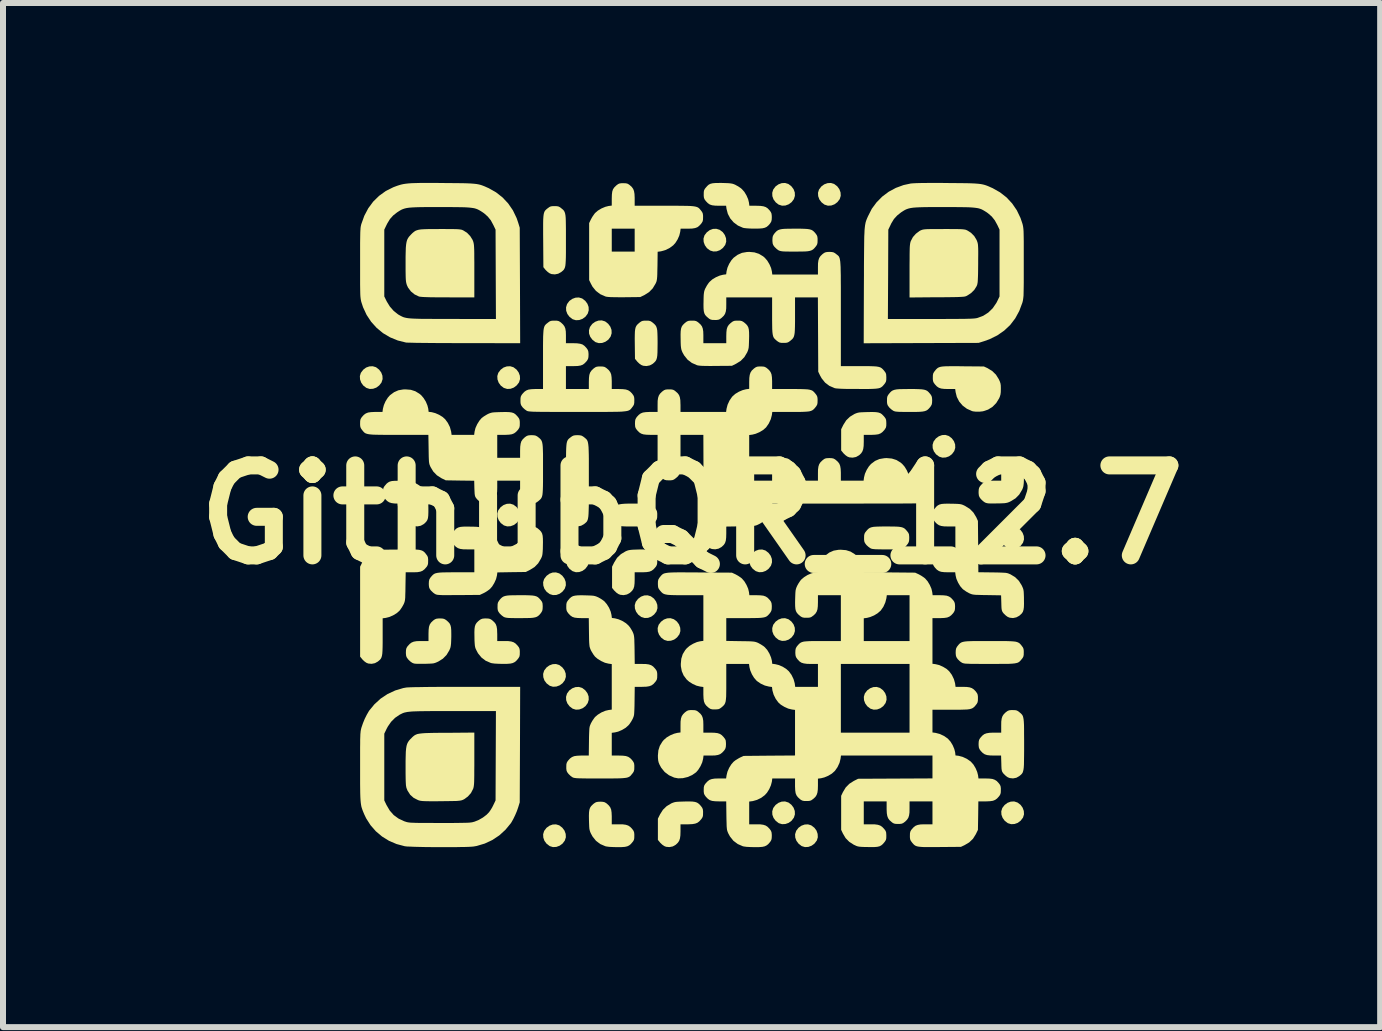
<source format=kicad_pcb>
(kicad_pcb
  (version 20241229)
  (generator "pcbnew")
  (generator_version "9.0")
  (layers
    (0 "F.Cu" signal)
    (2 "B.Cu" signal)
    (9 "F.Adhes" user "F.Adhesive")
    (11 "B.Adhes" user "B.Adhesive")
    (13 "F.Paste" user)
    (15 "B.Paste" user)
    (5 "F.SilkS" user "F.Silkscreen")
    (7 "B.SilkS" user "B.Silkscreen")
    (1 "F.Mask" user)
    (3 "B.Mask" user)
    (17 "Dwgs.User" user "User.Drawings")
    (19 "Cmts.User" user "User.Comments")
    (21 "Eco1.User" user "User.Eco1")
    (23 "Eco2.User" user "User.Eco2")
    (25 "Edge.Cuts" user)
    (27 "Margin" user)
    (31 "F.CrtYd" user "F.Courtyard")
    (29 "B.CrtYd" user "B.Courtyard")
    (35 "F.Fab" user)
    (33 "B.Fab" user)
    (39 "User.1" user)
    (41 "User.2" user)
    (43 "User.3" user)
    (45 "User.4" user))
  (footprint "GithubQR_12.7"
    (layer "F.Cu")
    (at 8.479 5.53)
    (property "Reference" "GithubQR_12.7" (at 0 0 0) (layer "F.SilkS") (effects (font (size 1.5 1.5) (thickness 0.3))))
    (attr board_only exclude_from_pos_files exclude_from_bom)
    (fp_poly (pts (xy -5.263 -2.459) (xy -5.259 -2.457) (xy -5.21 -2.419) (xy -5.174 -2.371) (xy -5.154 -2.317) (xy -5.151 -2.261) (xy -5.168 -2.208) (xy -5.169 -2.204) (xy -5.207 -2.155) (xy -5.255 -2.119) (xy -5.31 -2.099) (xy -5.366 -2.096) (xy -5.419 -2.113) (xy -5.422 -2.114) (xy -5.472 -2.152) (xy -5.507 -2.2) (xy -5.527 -2.255) (xy -5.53 -2.311) (xy -5.514 -2.364) (xy -5.512 -2.367) (xy -5.474 -2.417) (xy -5.426 -2.453) (xy -5.372 -2.472) (xy -5.316 -2.475)) (stroke (width 0) (type solid)) (fill yes) (layer "F.SilkS"))
    (fp_poly (pts (xy -2.972 -2.459) (xy -2.968 -2.457) (xy -2.918 -2.419) (xy -2.883 -2.371) (xy -2.863 -2.317) (xy -2.86 -2.261) (xy -2.876 -2.208) (xy -2.878 -2.204) (xy -2.916 -2.155) (xy -2.964 -2.119) (xy -3.018 -2.099) (xy -3.074 -2.096) (xy -3.128 -2.113) (xy -3.131 -2.114) (xy -3.181 -2.152) (xy -3.216 -2.2) (xy -3.236 -2.255) (xy -3.239 -2.311) (xy -3.223 -2.364) (xy -3.221 -2.367) (xy -3.183 -2.417) (xy -3.135 -2.453) (xy -3.081 -2.472) (xy -3.025 -2.475)) (stroke (width 0) (type solid)) (fill yes) (layer "F.SilkS"))
    (fp_poly (pts (xy -2.972 -0.168) (xy -2.968 -0.166) (xy -2.918 -0.128) (xy -2.883 -0.08) (xy -2.863 -0.026) (xy -2.86 0.03) (xy -2.876 0.083) (xy -2.878 0.087) (xy -2.916 0.137) (xy -2.964 0.172) (xy -3.018 0.192) (xy -3.074 0.195) (xy -3.128 0.179) (xy -3.131 0.177) (xy -3.181 0.139) (xy -3.216 0.091) (xy -3.236 0.037) (xy -3.239 -0.019) (xy -3.223 -0.073) (xy -3.221 -0.076) (xy -3.183 -0.126) (xy -3.135 -0.161) (xy -3.081 -0.181) (xy -3.025 -0.184)) (stroke (width 0) (type solid)) (fill yes) (layer "F.SilkS"))
    (fp_poly (pts (xy -2.208 0.978) (xy -2.204 0.98) (xy -2.155 1.017) (xy -2.119 1.066) (xy -2.099 1.12) (xy -2.096 1.176) (xy -2.113 1.229) (xy -2.114 1.233) (xy -2.152 1.282) (xy -2.2 1.318) (xy -2.255 1.338) (xy -2.311 1.34) (xy -2.364 1.324) (xy -2.367 1.322) (xy -2.417 1.285) (xy -2.453 1.237) (xy -2.472 1.182) (xy -2.475 1.126) (xy -2.459 1.073) (xy -2.457 1.07) (xy -2.419 1.02) (xy -2.371 0.984) (xy -2.317 0.964) (xy -2.261 0.962)) (stroke (width 0) (type solid)) (fill yes) (layer "F.SilkS"))
    (fp_poly (pts (xy -2.208 2.505) (xy -2.204 2.507) (xy -2.155 2.545) (xy -2.119 2.593) (xy -2.099 2.647) (xy -2.096 2.703) (xy -2.113 2.757) (xy -2.114 2.76) (xy -2.152 2.81) (xy -2.2 2.845) (xy -2.255 2.865) (xy -2.311 2.868) (xy -2.364 2.852) (xy -2.367 2.85) (xy -2.417 2.812) (xy -2.453 2.764) (xy -2.472 2.71) (xy -2.475 2.654) (xy -2.459 2.601) (xy -2.457 2.597) (xy -2.419 2.547) (xy -2.371 2.512) (xy -2.317 2.492) (xy -2.261 2.489)) (stroke (width 0) (type solid)) (fill yes) (layer "F.SilkS"))
    (fp_poly (pts (xy -2.208 5.178) (xy -2.204 5.18) (xy -2.155 5.218) (xy -2.119 5.266) (xy -2.099 5.321) (xy -2.096 5.377) (xy -2.113 5.43) (xy -2.114 5.433) (xy -2.152 5.483) (xy -2.2 5.518) (xy -2.255 5.538) (xy -2.311 5.541) (xy -2.364 5.525) (xy -2.367 5.523) (xy -2.417 5.485) (xy -2.453 5.437) (xy -2.472 5.383) (xy -2.475 5.327) (xy -2.459 5.274) (xy -2.457 5.27) (xy -2.419 5.22) (xy -2.371 5.185) (xy -2.317 5.165) (xy -2.261 5.162)) (stroke (width 0) (type solid)) (fill yes) (layer "F.SilkS"))
    (fp_poly (pts (xy -1.826 -3.605) (xy -1.822 -3.603) (xy -1.773 -3.565) (xy -1.737 -3.517) (xy -1.717 -3.463) (xy -1.715 -3.407) (xy -1.731 -3.353) (xy -1.733 -3.35) (xy -1.77 -3.3) (xy -1.818 -3.265) (xy -1.873 -3.245) (xy -1.929 -3.242) (xy -1.982 -3.258) (xy -1.985 -3.26) (xy -2.035 -3.298) (xy -2.071 -3.346) (xy -2.091 -3.4) (xy -2.093 -3.456) (xy -2.077 -3.509) (xy -2.075 -3.513) (xy -2.038 -3.563) (xy -1.989 -3.598) (xy -1.935 -3.618) (xy -1.879 -3.621)) (stroke (width 0) (type solid)) (fill yes) (layer "F.SilkS"))
    (fp_poly (pts (xy -1.826 0.596) (xy -1.822 0.598) (xy -1.773 0.636) (xy -1.737 0.684) (xy -1.717 0.738) (xy -1.715 0.794) (xy -1.731 0.847) (xy -1.733 0.851) (xy -1.77 0.9) (xy -1.818 0.936) (xy -1.873 0.956) (xy -1.929 0.959) (xy -1.982 0.942) (xy -1.985 0.941) (xy -2.035 0.903) (xy -2.071 0.855) (xy -2.091 0.8) (xy -2.093 0.744) (xy -2.077 0.691) (xy -2.075 0.688) (xy -2.038 0.638) (xy -1.989 0.602) (xy -1.935 0.583) (xy -1.879 0.58)) (stroke (width 0) (type solid)) (fill yes) (layer "F.SilkS"))
    (fp_poly (pts (xy -1.826 2.887) (xy -1.822 2.889) (xy -1.773 2.927) (xy -1.737 2.975) (xy -1.717 3.029) (xy -1.715 3.085) (xy -1.731 3.138) (xy -1.733 3.142) (xy -1.77 3.192) (xy -1.818 3.227) (xy -1.873 3.247) (xy -1.929 3.25) (xy -1.982 3.234) (xy -1.985 3.232) (xy -2.035 3.194) (xy -2.071 3.146) (xy -2.091 3.092) (xy -2.093 3.036) (xy -2.077 2.982) (xy -2.075 2.979) (xy -2.038 2.929) (xy -1.989 2.894) (xy -1.935 2.874) (xy -1.879 2.871)) (stroke (width 0) (type solid)) (fill yes) (layer "F.SilkS"))
    (fp_poly (pts (xy -1.444 -3.223) (xy -1.44 -3.221) (xy -1.391 -3.183) (xy -1.355 -3.135) (xy -1.335 -3.081) (xy -1.333 -3.025) (xy -1.349 -2.972) (xy -1.351 -2.968) (xy -1.388 -2.918) (xy -1.437 -2.883) (xy -1.491 -2.863) (xy -1.547 -2.86) (xy -1.6 -2.876) (xy -1.604 -2.878) (xy -1.653 -2.916) (xy -1.689 -2.964) (xy -1.709 -3.018) (xy -1.711 -3.074) (xy -1.695 -3.128) (xy -1.693 -3.131) (xy -1.656 -3.181) (xy -1.607 -3.216) (xy -1.553 -3.236) (xy -1.497 -3.239)) (stroke (width 0) (type solid)) (fill yes) (layer "F.SilkS"))
    (fp_poly (pts (xy -0.68 1.36) (xy -0.677 1.362) (xy -0.627 1.399) (xy -0.592 1.448) (xy -0.572 1.502) (xy -0.569 1.558) (xy -0.585 1.611) (xy -0.587 1.615) (xy -0.625 1.664) (xy -0.673 1.7) (xy -0.727 1.72) (xy -0.783 1.722) (xy -0.836 1.706) (xy -0.84 1.704) (xy -0.889 1.667) (xy -0.925 1.618) (xy -0.945 1.564) (xy -0.948 1.508) (xy -0.932 1.455) (xy -0.93 1.451) (xy -0.892 1.402) (xy -0.844 1.366) (xy -0.789 1.346) (xy -0.733 1.344)) (stroke (width 0) (type solid)) (fill yes) (layer "F.SilkS"))
    (fp_poly (pts (xy -0.298 1.742) (xy -0.295 1.743) (xy -0.245 1.781) (xy -0.21 1.829) (xy -0.19 1.884) (xy -0.187 1.94) (xy -0.203 1.993) (xy -0.205 1.996) (xy -0.243 2.046) (xy -0.291 2.082) (xy -0.345 2.101) (xy -0.401 2.104) (xy -0.454 2.088) (xy -0.458 2.086) (xy -0.508 2.048) (xy -0.543 2) (xy -0.563 1.946) (xy -0.566 1.89) (xy -0.55 1.837) (xy -0.548 1.833) (xy -0.51 1.784) (xy -0.462 1.748) (xy -0.408 1.728) (xy -0.352 1.725)) (stroke (width 0) (type solid)) (fill yes) (layer "F.SilkS"))
    (fp_poly (pts (xy 0.465 -4.75) (xy 0.469 -4.748) (xy 0.519 -4.711) (xy 0.554 -4.662) (xy 0.574 -4.608) (xy 0.577 -4.552) (xy 0.561 -4.499) (xy 0.559 -4.495) (xy 0.521 -4.446) (xy 0.473 -4.41) (xy 0.418 -4.39) (xy 0.362 -4.388) (xy 0.309 -4.404) (xy 0.306 -4.406) (xy 0.256 -4.443) (xy 0.221 -4.492) (xy 0.201 -4.546) (xy 0.198 -4.602) (xy 0.214 -4.655) (xy 0.216 -4.659) (xy 0.254 -4.708) (xy 0.302 -4.744) (xy 0.356 -4.764) (xy 0.412 -4.766)) (stroke (width 0) (type solid)) (fill yes) (layer "F.SilkS"))
    (fp_poly (pts (xy 1.229 0.596) (xy 1.233 0.598) (xy 1.282 0.636) (xy 1.318 0.684) (xy 1.338 0.738) (xy 1.34 0.794) (xy 1.324 0.847) (xy 1.322 0.851) (xy 1.285 0.9) (xy 1.237 0.936) (xy 1.182 0.956) (xy 1.126 0.959) (xy 1.073 0.942) (xy 1.07 0.941) (xy 1.02 0.903) (xy 0.984 0.855) (xy 0.964 0.8) (xy 0.962 0.744) (xy 0.978 0.691) (xy 0.98 0.688) (xy 1.017 0.638) (xy 1.066 0.602) (xy 1.12 0.583) (xy 1.176 0.58)) (stroke (width 0) (type solid)) (fill yes) (layer "F.SilkS"))
    (fp_poly (pts (xy 1.611 -5.514) (xy 1.615 -5.512) (xy 1.664 -5.474) (xy 1.7 -5.426) (xy 1.72 -5.372) (xy 1.722 -5.316) (xy 1.706 -5.263) (xy 1.704 -5.259) (xy 1.667 -5.21) (xy 1.618 -5.174) (xy 1.564 -5.154) (xy 1.508 -5.151) (xy 1.455 -5.168) (xy 1.451 -5.169) (xy 1.402 -5.207) (xy 1.366 -5.255) (xy 1.346 -5.31) (xy 1.344 -5.366) (xy 1.36 -5.419) (xy 1.362 -5.422) (xy 1.399 -5.472) (xy 1.448 -5.507) (xy 1.502 -5.527) (xy 1.558 -5.53)) (stroke (width 0) (type solid)) (fill yes) (layer "F.SilkS"))
    (fp_poly (pts (xy 1.611 1.742) (xy 1.615 1.743) (xy 1.664 1.781) (xy 1.7 1.829) (xy 1.72 1.884) (xy 1.722 1.94) (xy 1.706 1.993) (xy 1.704 1.996) (xy 1.667 2.046) (xy 1.618 2.082) (xy 1.564 2.101) (xy 1.508 2.104) (xy 1.455 2.088) (xy 1.451 2.086) (xy 1.402 2.048) (xy 1.366 2) (xy 1.346 1.946) (xy 1.344 1.89) (xy 1.36 1.837) (xy 1.362 1.833) (xy 1.399 1.784) (xy 1.448 1.748) (xy 1.502 1.728) (xy 1.558 1.725)) (stroke (width 0) (type solid)) (fill yes) (layer "F.SilkS"))
    (fp_poly (pts (xy 1.611 4.797) (xy 1.615 4.798) (xy 1.664 4.836) (xy 1.7 4.884) (xy 1.72 4.939) (xy 1.722 4.995) (xy 1.706 5.048) (xy 1.704 5.051) (xy 1.667 5.101) (xy 1.618 5.137) (xy 1.564 5.156) (xy 1.508 5.159) (xy 1.455 5.143) (xy 1.451 5.141) (xy 1.402 5.103) (xy 1.366 5.055) (xy 1.346 5.001) (xy 1.344 4.945) (xy 1.36 4.892) (xy 1.362 4.888) (xy 1.399 4.839) (xy 1.448 4.803) (xy 1.502 4.783) (xy 1.558 4.78)) (stroke (width 0) (type solid)) (fill yes) (layer "F.SilkS"))
    (fp_poly (pts (xy 1.993 5.178) (xy 1.996 5.18) (xy 2.046 5.218) (xy 2.082 5.266) (xy 2.101 5.321) (xy 2.104 5.377) (xy 2.088 5.43) (xy 2.086 5.433) (xy 2.048 5.483) (xy 2 5.518) (xy 1.946 5.538) (xy 1.89 5.541) (xy 1.837 5.525) (xy 1.833 5.523) (xy 1.784 5.485) (xy 1.748 5.437) (xy 1.728 5.383) (xy 1.725 5.327) (xy 1.742 5.274) (xy 1.743 5.27) (xy 1.781 5.22) (xy 1.829 5.185) (xy 1.884 5.165) (xy 1.94 5.162)) (stroke (width 0) (type solid)) (fill yes) (layer "F.SilkS"))
    (fp_poly (pts (xy 2.375 -5.514) (xy 2.378 -5.512) (xy 2.428 -5.474) (xy 2.463 -5.426) (xy 2.483 -5.372) (xy 2.486 -5.316) (xy 2.47 -5.263) (xy 2.468 -5.259) (xy 2.43 -5.21) (xy 2.382 -5.174) (xy 2.328 -5.154) (xy 2.272 -5.151) (xy 2.219 -5.168) (xy 2.215 -5.169) (xy 2.166 -5.207) (xy 2.13 -5.255) (xy 2.11 -5.31) (xy 2.107 -5.366) (xy 2.123 -5.419) (xy 2.125 -5.422) (xy 2.163 -5.472) (xy 2.211 -5.507) (xy 2.266 -5.527) (xy 2.322 -5.53)) (stroke (width 0) (type solid)) (fill yes) (layer "F.SilkS"))
    (fp_poly (pts (xy 3.138 2.887) (xy 3.142 2.889) (xy 3.192 2.927) (xy 3.227 2.975) (xy 3.247 3.029) (xy 3.25 3.085) (xy 3.234 3.138) (xy 3.232 3.142) (xy 3.194 3.192) (xy 3.146 3.227) (xy 3.092 3.247) (xy 3.036 3.25) (xy 2.982 3.234) (xy 2.979 3.232) (xy 2.929 3.194) (xy 2.894 3.146) (xy 2.874 3.092) (xy 2.871 3.036) (xy 2.887 2.982) (xy 2.889 2.979) (xy 2.927 2.929) (xy 2.975 2.894) (xy 3.029 2.874) (xy 3.085 2.871)) (stroke (width 0) (type solid)) (fill yes) (layer "F.SilkS"))
    (fp_poly (pts (xy 4.284 -1.313) (xy 4.288 -1.312) (xy 4.337 -1.274) (xy 4.373 -1.226) (xy 4.393 -1.171) (xy 4.395 -1.115) (xy 4.379 -1.062) (xy 4.377 -1.059) (xy 4.34 -1.009) (xy 4.291 -0.973) (xy 4.237 -0.954) (xy 4.181 -0.951) (xy 4.128 -0.967) (xy 4.125 -0.969) (xy 4.075 -1.006) (xy 4.039 -1.055) (xy 4.019 -1.109) (xy 4.017 -1.165) (xy 4.033 -1.218) (xy 4.035 -1.222) (xy 4.072 -1.271) (xy 4.121 -1.307) (xy 4.175 -1.327) (xy 4.231 -1.33)) (stroke (width 0) (type solid)) (fill yes) (layer "F.SilkS"))
    (fp_poly (pts (xy 5.43 0.214) (xy 5.433 0.216) (xy 5.483 0.254) (xy 5.518 0.302) (xy 5.538 0.356) (xy 5.541 0.412) (xy 5.525 0.465) (xy 5.523 0.469) (xy 5.485 0.519) (xy 5.437 0.554) (xy 5.383 0.574) (xy 5.327 0.577) (xy 5.274 0.561) (xy 5.27 0.559) (xy 5.22 0.521) (xy 5.185 0.473) (xy 5.165 0.418) (xy 5.162 0.362) (xy 5.178 0.309) (xy 5.18 0.306) (xy 5.218 0.256) (xy 5.266 0.221) (xy 5.321 0.201) (xy 5.377 0.198)) (stroke (width 0) (type solid)) (fill yes) (layer "F.SilkS"))
    (fp_poly (pts (xy 5.43 4.797) (xy 5.433 4.798) (xy 5.483 4.836) (xy 5.518 4.884) (xy 5.538 4.939) (xy 5.541 4.995) (xy 5.525 5.048) (xy 5.523 5.051) (xy 5.485 5.101) (xy 5.437 5.137) (xy 5.383 5.156) (xy 5.327 5.159) (xy 5.274 5.143) (xy 5.27 5.141) (xy 5.22 5.103) (xy 5.185 5.055) (xy 5.165 5.001) (xy 5.162 4.945) (xy 5.178 4.892) (xy 5.18 4.888) (xy 5.218 4.839) (xy 5.266 4.803) (xy 5.321 4.783) (xy 5.377 4.78)) (stroke (width 0) (type solid)) (fill yes) (layer "F.SilkS"))
    (fp_poly (pts (xy -0.717 -3.234) (xy -0.689 -3.228) (xy -0.665 -3.214) (xy -0.649 -3.202) (xy -0.624 -3.181) (xy -0.604 -3.16) (xy -0.59 -3.138) (xy -0.58 -3.11) (xy -0.573 -3.074) (xy -0.57 -3.026) (xy -0.568 -2.963) (xy -0.567 -2.882) (xy -0.567 -2.859) (xy -0.568 -2.773) (xy -0.569 -2.706) (xy -0.572 -2.654) (xy -0.578 -2.615) (xy -0.587 -2.586) (xy -0.6 -2.562) (xy -0.618 -2.542) (xy -0.641 -2.521) (xy -0.647 -2.516) (xy -0.696 -2.489) (xy -0.752 -2.478) (xy -0.807 -2.483) (xy -0.84 -2.496) (xy -0.871 -2.518) (xy -0.902 -2.548) (xy -0.911 -2.558) (xy -0.944 -2.599) (xy -0.947 -2.846) (xy -0.948 -2.933) (xy -0.947 -3.002) (xy -0.945 -3.055) (xy -0.94 -3.095) (xy -0.932 -3.126) (xy -0.92 -3.15) (xy -0.904 -3.17) (xy -0.882 -3.19) (xy -0.868 -3.202) (xy -0.842 -3.221) (xy -0.817 -3.231) (xy -0.785 -3.235) (xy -0.758 -3.235)) (stroke (width 0) (type solid)) (fill yes) (layer "F.SilkS"))
    (fp_poly (pts (xy -0.749 0.582) (xy -0.706 0.588) (xy -0.674 0.598) (xy -0.647 0.615) (xy -0.622 0.64) (xy -0.606 0.66) (xy -0.587 0.686) (xy -0.577 0.71) (xy -0.573 0.743) (xy -0.573 0.769) (xy -0.574 0.81) (xy -0.58 0.838) (xy -0.593 0.863) (xy -0.606 0.879) (xy -0.636 0.912) (xy -0.668 0.935) (xy -0.705 0.95) (xy -0.752 0.957) (xy -0.816 0.96) (xy -0.832 0.96) (xy -0.949 0.96) (xy -0.949 1.078) (xy -0.951 1.145) (xy -0.957 1.196) (xy -0.97 1.235) (xy -0.991 1.267) (xy -1.022 1.297) (xy -1.029 1.303) (xy -1.078 1.33) (xy -1.134 1.341) (xy -1.189 1.335) (xy -1.222 1.322) (xy -1.253 1.3) (xy -1.284 1.27) (xy -1.293 1.261) (xy -1.326 1.22) (xy -1.326 1.043) (xy -1.326 0.867) (xy -1.29 0.795) (xy -1.242 0.718) (xy -1.179 0.658) (xy -1.103 0.612) (xy -1.078 0.601) (xy -1.054 0.593) (xy -1.026 0.588) (xy -0.991 0.584) (xy -0.944 0.582) (xy -0.88 0.58) (xy -0.878 0.58) (xy -0.805 0.58)) (stroke (width 0) (type solid)) (fill yes) (layer "F.SilkS"))
    (fp_poly (pts (xy 0.015 4.782) (xy 0.057 4.788) (xy 0.09 4.799) (xy 0.116 4.816) (xy 0.141 4.84) (xy 0.158 4.86) (xy 0.177 4.886) (xy 0.187 4.911) (xy 0.191 4.943) (xy 0.191 4.97) (xy 0.19 5.011) (xy 0.184 5.039) (xy 0.17 5.063) (xy 0.158 5.079) (xy 0.127 5.113) (xy 0.096 5.136) (xy 0.059 5.15) (xy 0.011 5.158) (xy -0.052 5.161) (xy -0.068 5.161) (xy -0.185 5.161) (xy -0.185 5.278) (xy -0.187 5.346) (xy -0.194 5.396) (xy -0.207 5.435) (xy -0.228 5.467) (xy -0.259 5.497) (xy -0.266 5.503) (xy -0.314 5.53) (xy -0.37 5.541) (xy -0.425 5.536) (xy -0.458 5.523) (xy -0.489 5.501) (xy -0.521 5.471) (xy -0.529 5.461) (xy -0.562 5.421) (xy -0.562 5.244) (xy -0.562 5.067) (xy -0.526 4.995) (xy -0.478 4.919) (xy -0.416 4.859) (xy -0.34 4.813) (xy -0.314 4.802) (xy -0.29 4.794) (xy -0.263 4.788) (xy -0.228 4.785) (xy -0.18 4.783) (xy -0.116 4.781) (xy -0.115 4.781) (xy -0.041 4.78)) (stroke (width 0) (type solid)) (fill yes) (layer "F.SilkS"))
    (fp_poly (pts (xy 3.07 -1.71) (xy 3.112 -1.704) (xy 3.145 -1.693) (xy 3.171 -1.676) (xy 3.196 -1.651) (xy 3.213 -1.632) (xy 3.232 -1.606) (xy 3.242 -1.581) (xy 3.245 -1.549) (xy 3.246 -1.522) (xy 3.245 -1.481) (xy 3.239 -1.453) (xy 3.225 -1.429) (xy 3.213 -1.412) (xy 3.182 -1.379) (xy 3.151 -1.356) (xy 3.114 -1.341) (xy 3.066 -1.334) (xy 3.003 -1.331) (xy 2.987 -1.331) (xy 2.87 -1.331) (xy 2.87 -1.214) (xy 2.868 -1.146) (xy 2.861 -1.095) (xy 2.848 -1.057) (xy 2.827 -1.024) (xy 2.796 -0.994) (xy 2.789 -0.989) (xy 2.741 -0.962) (xy 2.685 -0.951) (xy 2.629 -0.956) (xy 2.597 -0.969) (xy 2.566 -0.991) (xy 2.534 -1.021) (xy 2.526 -1.031) (xy 2.493 -1.071) (xy 2.493 -1.248) (xy 2.493 -1.424) (xy 2.529 -1.497) (xy 2.577 -1.573) (xy 2.639 -1.633) (xy 2.715 -1.679) (xy 2.741 -1.69) (xy 2.765 -1.698) (xy 2.792 -1.704) (xy 2.827 -1.707) (xy 2.875 -1.709) (xy 2.939 -1.711) (xy 2.94 -1.711) (xy 3.014 -1.712)) (stroke (width 0) (type solid)) (fill yes) (layer "F.SilkS"))
    (fp_poly (pts (xy -2.773 1.342) (xy -2.706 1.344) (xy -2.654 1.347) (xy -2.615 1.353) (xy -2.586 1.362) (xy -2.562 1.375) (xy -2.542 1.393) (xy -2.521 1.416) (xy -2.515 1.423) (xy -2.496 1.449) (xy -2.486 1.474) (xy -2.483 1.506) (xy -2.482 1.533) (xy -2.484 1.574) (xy -2.49 1.602) (xy -2.503 1.626) (xy -2.515 1.643) (xy -2.536 1.668) (xy -2.557 1.687) (xy -2.579 1.701) (xy -2.607 1.711) (xy -2.644 1.718) (xy -2.692 1.722) (xy -2.754 1.723) (xy -2.835 1.724) (xy -2.859 1.724) (xy -2.938 1.724) (xy -2.998 1.723) (xy -3.043 1.722) (xy -3.076 1.719) (xy -3.099 1.715) (xy -3.117 1.71) (xy -3.131 1.704) (xy -3.162 1.682) (xy -3.194 1.652) (xy -3.202 1.643) (xy -3.221 1.616) (xy -3.231 1.592) (xy -3.235 1.56) (xy -3.235 1.533) (xy -3.234 1.492) (xy -3.228 1.464) (xy -3.214 1.44) (xy -3.202 1.423) (xy -3.181 1.398) (xy -3.16 1.379) (xy -3.138 1.365) (xy -3.11 1.355) (xy -3.074 1.348) (xy -3.026 1.344) (xy -2.963 1.343) (xy -2.882 1.342) (xy -2.859 1.342)) (stroke (width 0) (type solid)) (fill yes) (layer "F.SilkS"))
    (fp_poly (pts (xy -2.245 -5.143) (xy -2.217 -5.137) (xy -2.192 -5.124) (xy -2.176 -5.111) (xy -2.156 -5.095) (xy -2.14 -5.081) (xy -2.127 -5.065) (xy -2.117 -5.046) (xy -2.109 -5.022) (xy -2.103 -4.991) (xy -2.099 -4.95) (xy -2.097 -4.897) (xy -2.096 -4.83) (xy -2.095 -4.747) (xy -2.095 -4.646) (xy -2.095 -4.577) (xy -2.095 -4.464) (xy -2.095 -4.37) (xy -2.096 -4.294) (xy -2.098 -4.233) (xy -2.101 -4.186) (xy -2.105 -4.149) (xy -2.112 -4.121) (xy -2.121 -4.1) (xy -2.132 -4.082) (xy -2.146 -4.068) (xy -2.164 -4.053) (xy -2.175 -4.044) (xy -2.224 -4.017) (xy -2.279 -4.006) (xy -2.335 -4.011) (xy -2.367 -4.024) (xy -2.398 -4.046) (xy -2.43 -4.076) (xy -2.438 -4.085) (xy -2.471 -4.126) (xy -2.474 -4.564) (xy -2.475 -4.679) (xy -2.475 -4.774) (xy -2.475 -4.852) (xy -2.474 -4.914) (xy -2.471 -4.963) (xy -2.467 -5) (xy -2.461 -5.029) (xy -2.453 -5.051) (xy -2.442 -5.069) (xy -2.428 -5.084) (xy -2.411 -5.099) (xy -2.395 -5.111) (xy -2.369 -5.13) (xy -2.345 -5.14) (xy -2.312 -5.144) (xy -2.286 -5.144)) (stroke (width 0) (type solid)) (fill yes) (layer "F.SilkS"))
    (fp_poly (pts (xy -0.864 -0.185) (xy -0.797 -0.184) (xy -0.745 -0.181) (xy -0.706 -0.175) (xy -0.676 -0.166) (xy -0.653 -0.153) (xy -0.632 -0.135) (xy -0.611 -0.111) (xy -0.606 -0.104) (xy -0.587 -0.078) (xy -0.577 -0.053) (xy -0.573 -0.021) (xy -0.573 0.005) (xy -0.574 0.046) (xy -0.58 0.075) (xy -0.593 0.099) (xy -0.606 0.115) (xy -0.627 0.14) (xy -0.647 0.159) (xy -0.67 0.174) (xy -0.698 0.184) (xy -0.734 0.19) (xy -0.782 0.194) (xy -0.845 0.196) (xy -0.926 0.196) (xy -0.949 0.196) (xy -1.028 0.196) (xy -1.089 0.196) (xy -1.134 0.194) (xy -1.166 0.192) (xy -1.19 0.188) (xy -1.208 0.183) (xy -1.222 0.176) (xy -1.253 0.154) (xy -1.284 0.125) (xy -1.293 0.115) (xy -1.311 0.089) (xy -1.321 0.064) (xy -1.325 0.032) (xy -1.326 0.005) (xy -1.324 -0.036) (xy -1.318 -0.064) (xy -1.305 -0.088) (xy -1.293 -0.104) (xy -1.271 -0.129) (xy -1.251 -0.149) (xy -1.229 -0.163) (xy -1.201 -0.173) (xy -1.164 -0.179) (xy -1.116 -0.183) (xy -1.053 -0.185) (xy -0.973 -0.185) (xy -0.949 -0.185)) (stroke (width 0) (type solid)) (fill yes) (layer "F.SilkS"))
    (fp_poly (pts (xy 1.81 -4.768) (xy 1.877 -4.766) (xy 1.928 -4.763) (xy 1.967 -4.757) (xy 1.997 -4.748) (xy 2.02 -4.735) (xy 2.041 -4.717) (xy 2.062 -4.694) (xy 2.067 -4.687) (xy 2.086 -4.661) (xy 2.096 -4.636) (xy 2.1 -4.604) (xy 2.1 -4.577) (xy 2.099 -4.536) (xy 2.093 -4.508) (xy 2.08 -4.484) (xy 2.067 -4.467) (xy 2.046 -4.442) (xy 2.026 -4.423) (xy 2.003 -4.409) (xy 1.975 -4.399) (xy 1.939 -4.392) (xy 1.891 -4.388) (xy 1.828 -4.387) (xy 1.747 -4.386) (xy 1.724 -4.386) (xy 1.645 -4.386) (xy 1.584 -4.387) (xy 1.539 -4.388) (xy 1.507 -4.391) (xy 1.483 -4.395) (xy 1.466 -4.4) (xy 1.451 -4.406) (xy 1.42 -4.428) (xy 1.389 -4.458) (xy 1.38 -4.467) (xy 1.362 -4.493) (xy 1.352 -4.518) (xy 1.348 -4.55) (xy 1.347 -4.577) (xy 1.349 -4.618) (xy 1.355 -4.646) (xy 1.368 -4.67) (xy 1.38 -4.687) (xy 1.402 -4.712) (xy 1.422 -4.731) (xy 1.445 -4.745) (xy 1.473 -4.755) (xy 1.509 -4.762) (xy 1.557 -4.766) (xy 1.62 -4.767) (xy 1.7 -4.768) (xy 1.724 -4.768)) (stroke (width 0) (type solid)) (fill yes) (layer "F.SilkS"))
    (fp_poly (pts (xy 3.337 0.197) (xy 3.404 0.198) (xy 3.455 0.201) (xy 3.494 0.207) (xy 3.524 0.216) (xy 3.548 0.229) (xy 3.568 0.247) (xy 3.589 0.271) (xy 3.595 0.278) (xy 3.614 0.304) (xy 3.624 0.329) (xy 3.627 0.361) (xy 3.628 0.387) (xy 3.626 0.428) (xy 3.62 0.456) (xy 3.607 0.481) (xy 3.595 0.497) (xy 3.574 0.522) (xy 3.553 0.541) (xy 3.531 0.556) (xy 3.503 0.566) (xy 3.466 0.572) (xy 3.418 0.576) (xy 3.356 0.578) (xy 3.275 0.578) (xy 3.251 0.578) (xy 3.172 0.578) (xy 3.112 0.577) (xy 3.067 0.576) (xy 3.034 0.573) (xy 3.011 0.57) (xy 2.993 0.565) (xy 2.979 0.558) (xy 2.948 0.536) (xy 2.916 0.507) (xy 2.908 0.497) (xy 2.889 0.471) (xy 2.879 0.446) (xy 2.875 0.414) (xy 2.875 0.387) (xy 2.876 0.346) (xy 2.882 0.318) (xy 2.895 0.294) (xy 2.908 0.278) (xy 2.929 0.253) (xy 2.95 0.233) (xy 2.972 0.219) (xy 3 0.209) (xy 3.036 0.202) (xy 3.084 0.199) (xy 3.147 0.197) (xy 3.228 0.196) (xy 3.251 0.196)) (stroke (width 0) (type solid)) (fill yes) (layer "F.SilkS"))
    (fp_poly (pts (xy 3.719 -2.095) (xy 3.786 -2.093) (xy 3.837 -2.09) (xy 3.876 -2.084) (xy 3.906 -2.075) (xy 3.93 -2.062) (xy 3.95 -2.044) (xy 3.971 -2.02) (xy 3.977 -2.014) (xy 3.995 -1.987) (xy 4.005 -1.963) (xy 4.009 -1.93) (xy 4.01 -1.904) (xy 4.008 -1.863) (xy 4.002 -1.835) (xy 3.989 -1.811) (xy 3.977 -1.794) (xy 3.955 -1.769) (xy 3.935 -1.75) (xy 3.913 -1.736) (xy 3.885 -1.726) (xy 3.848 -1.719) (xy 3.8 -1.715) (xy 3.737 -1.713) (xy 3.657 -1.713) (xy 3.633 -1.713) (xy 3.554 -1.713) (xy 3.494 -1.714) (xy 3.449 -1.715) (xy 3.416 -1.718) (xy 3.392 -1.721) (xy 3.375 -1.727) (xy 3.361 -1.733) (xy 3.33 -1.755) (xy 3.298 -1.784) (xy 3.29 -1.794) (xy 3.271 -1.82) (xy 3.261 -1.845) (xy 3.257 -1.877) (xy 3.257 -1.904) (xy 3.258 -1.945) (xy 3.264 -1.973) (xy 3.277 -1.997) (xy 3.29 -2.014) (xy 3.311 -2.039) (xy 3.331 -2.058) (xy 3.354 -2.072) (xy 3.382 -2.082) (xy 3.418 -2.089) (xy 3.466 -2.093) (xy 3.529 -2.094) (xy 3.61 -2.095) (xy 3.633 -2.095)) (stroke (width 0) (type solid)) (fill yes) (layer "F.SilkS"))
    (fp_poly (pts (xy 4.463 -2.475) (xy 4.517 -2.474) (xy 4.872 -2.471) (xy 4.933 -2.443) (xy 5.011 -2.395) (xy 5.073 -2.335) (xy 5.12 -2.26) (xy 5.138 -2.221) (xy 5.149 -2.188) (xy 5.154 -2.154) (xy 5.155 -2.108) (xy 5.155 -2.095) (xy 5.154 -2.043) (xy 5.149 -2.004) (xy 5.139 -1.97) (xy 5.127 -1.941) (xy 5.078 -1.861) (xy 5.016 -1.798) (xy 4.942 -1.752) (xy 4.858 -1.724) (xy 4.798 -1.717) (xy 4.741 -1.717) (xy 4.691 -1.723) (xy 4.673 -1.728) (xy 4.589 -1.766) (xy 4.518 -1.819) (xy 4.461 -1.886) (xy 4.421 -1.963) (xy 4.401 -2.043) (xy 4.394 -2.095) (xy 4.278 -2.095) (xy 4.211 -2.097) (xy 4.16 -2.103) (xy 4.122 -2.116) (xy 4.089 -2.138) (xy 4.059 -2.17) (xy 4.054 -2.176) (xy 4.035 -2.202) (xy 4.025 -2.227) (xy 4.021 -2.259) (xy 4.021 -2.286) (xy 4.022 -2.327) (xy 4.028 -2.355) (xy 4.041 -2.379) (xy 4.054 -2.395) (xy 4.071 -2.417) (xy 4.088 -2.434) (xy 4.105 -2.448) (xy 4.126 -2.458) (xy 4.153 -2.466) (xy 4.188 -2.471) (xy 4.235 -2.474) (xy 4.294 -2.475) (xy 4.369 -2.475)) (stroke (width 0) (type solid)) (fill yes) (layer "F.SilkS"))
    (fp_poly (pts (xy -3.39 1.731) (xy -3.362 1.737) (xy -3.338 1.75) (xy -3.322 1.762) (xy -3.288 1.793) (xy -3.265 1.824) (xy -3.251 1.861) (xy -3.243 1.909) (xy -3.241 1.972) (xy -3.24 1.988) (xy -3.24 2.106) (xy -3.123 2.106) (xy -3.056 2.107) (xy -3.005 2.114) (xy -2.966 2.127) (xy -2.934 2.148) (xy -2.904 2.179) (xy -2.897 2.187) (xy -2.878 2.213) (xy -2.868 2.238) (xy -2.864 2.27) (xy -2.864 2.297) (xy -2.865 2.338) (xy -2.871 2.366) (xy -2.885 2.39) (xy -2.897 2.406) (xy -2.924 2.437) (xy -2.951 2.458) (xy -2.982 2.473) (xy -3.021 2.482) (xy -3.073 2.486) (xy -3.141 2.487) (xy -3.153 2.487) (xy -3.223 2.485) (xy -3.282 2.482) (xy -3.327 2.476) (xy -3.346 2.472) (xy -3.432 2.435) (xy -3.503 2.381) (xy -3.561 2.31) (xy -3.588 2.259) (xy -3.6 2.234) (xy -3.608 2.209) (xy -3.613 2.182) (xy -3.616 2.147) (xy -3.619 2.099) (xy -3.62 2.035) (xy -3.621 1.961) (xy -3.619 1.905) (xy -3.613 1.863) (xy -3.602 1.831) (xy -3.585 1.804) (xy -3.561 1.779) (xy -3.541 1.762) (xy -3.515 1.744) (xy -3.49 1.734) (xy -3.458 1.73) (xy -3.431 1.729)) (stroke (width 0) (type solid)) (fill yes) (layer "F.SilkS"))
    (fp_poly (pts (xy -1.481 4.786) (xy -1.453 4.792) (xy -1.429 4.805) (xy -1.412 4.817) (xy -1.379 4.848) (xy -1.356 4.879) (xy -1.341 4.916) (xy -1.334 4.964) (xy -1.331 5.027) (xy -1.331 5.043) (xy -1.331 5.161) (xy -1.214 5.161) (xy -1.146 5.162) (xy -1.096 5.169) (xy -1.057 5.182) (xy -1.025 5.203) (xy -0.994 5.234) (xy -0.988 5.242) (xy -0.969 5.268) (xy -0.959 5.293) (xy -0.955 5.325) (xy -0.955 5.352) (xy -0.956 5.393) (xy -0.962 5.421) (xy -0.975 5.445) (xy -0.988 5.461) (xy -1.015 5.492) (xy -1.041 5.513) (xy -1.072 5.528) (xy -1.111 5.537) (xy -1.163 5.541) (xy -1.232 5.542) (xy -1.244 5.542) (xy -1.313 5.54) (xy -1.373 5.537) (xy -1.418 5.531) (xy -1.437 5.527) (xy -1.523 5.49) (xy -1.594 5.436) (xy -1.651 5.365) (xy -1.679 5.314) (xy -1.69 5.289) (xy -1.698 5.264) (xy -1.704 5.237) (xy -1.707 5.202) (xy -1.709 5.154) (xy -1.711 5.09) (xy -1.712 5.016) (xy -1.71 4.96) (xy -1.704 4.918) (xy -1.693 4.886) (xy -1.676 4.859) (xy -1.651 4.834) (xy -1.632 4.817) (xy -1.606 4.799) (xy -1.581 4.789) (xy -1.549 4.785) (xy -1.522 4.784)) (stroke (width 0) (type solid)) (fill yes) (layer "F.SilkS"))
    (fp_poly (pts (xy -4.839 -0.565) (xy -4.774 -0.564) (xy -4.727 -0.561) (xy -4.691 -0.558) (xy -4.664 -0.553) (xy -4.64 -0.545) (xy -4.614 -0.533) (xy -4.614 -0.533) (xy -4.536 -0.486) (xy -4.474 -0.425) (xy -4.427 -0.351) (xy -4.413 -0.322) (xy -4.404 -0.298) (xy -4.397 -0.273) (xy -4.393 -0.244) (xy -4.391 -0.204) (xy -4.389 -0.15) (xy -4.388 -0.115) (xy -4.388 -0.041) (xy -4.39 0.015) (xy -4.395 0.057) (xy -4.406 0.09) (xy -4.423 0.116) (xy -4.447 0.141) (xy -4.466 0.157) (xy -4.515 0.184) (xy -4.571 0.195) (xy -4.626 0.19) (xy -4.659 0.177) (xy -4.69 0.155) (xy -4.721 0.125) (xy -4.729 0.115) (xy -4.744 0.097) (xy -4.753 0.08) (xy -4.759 0.059) (xy -4.763 0.031) (xy -4.765 -0.012) (xy -4.766 -0.056) (xy -4.77 -0.185) (xy -4.886 -0.185) (xy -4.954 -0.187) (xy -5.004 -0.194) (xy -5.043 -0.207) (xy -5.075 -0.228) (xy -5.106 -0.26) (xy -5.111 -0.267) (xy -5.13 -0.293) (xy -5.14 -0.318) (xy -5.144 -0.35) (xy -5.144 -0.376) (xy -5.143 -0.417) (xy -5.137 -0.446) (xy -5.124 -0.47) (xy -5.111 -0.486) (xy -5.086 -0.516) (xy -5.06 -0.537) (xy -5.032 -0.552) (xy -4.997 -0.561) (xy -4.95 -0.565) (xy -4.888 -0.566)) (stroke (width 0) (type solid)) (fill yes) (layer "F.SilkS"))
    (fp_poly (pts (xy -1.863 -1.324) (xy -1.835 -1.318) (xy -1.811 -1.305) (xy -1.794 -1.293) (xy -1.777 -1.279) (xy -1.763 -1.267) (xy -1.751 -1.255) (xy -1.741 -1.24) (xy -1.733 -1.222) (xy -1.727 -1.198) (xy -1.722 -1.166) (xy -1.718 -1.125) (xy -1.716 -1.074) (xy -1.714 -1.009) (xy -1.713 -0.93) (xy -1.713 -0.835) (xy -1.713 -0.722) (xy -1.713 -0.588) (xy -1.713 -0.567) (xy -1.713 -0.431) (xy -1.713 -0.315) (xy -1.713 -0.217) (xy -1.714 -0.136) (xy -1.716 -0.07) (xy -1.718 -0.016) (xy -1.721 0.026) (xy -1.726 0.059) (xy -1.732 0.084) (xy -1.74 0.103) (xy -1.749 0.118) (xy -1.761 0.13) (xy -1.775 0.142) (xy -1.791 0.155) (xy -1.793 0.157) (xy -1.842 0.184) (xy -1.898 0.195) (xy -1.953 0.19) (xy -1.985 0.177) (xy -2.017 0.155) (xy -2.048 0.125) (xy -2.056 0.115) (xy -2.089 0.074) (xy -2.092 -0.555) (xy -2.093 -0.692) (xy -2.093 -0.81) (xy -2.094 -0.909) (xy -2.093 -0.991) (xy -2.092 -1.059) (xy -2.09 -1.113) (xy -2.087 -1.157) (xy -2.083 -1.19) (xy -2.077 -1.216) (xy -2.069 -1.236) (xy -2.06 -1.251) (xy -2.049 -1.264) (xy -2.035 -1.276) (xy -2.019 -1.288) (xy -2.014 -1.293) (xy -1.987 -1.311) (xy -1.963 -1.321) (xy -1.93 -1.325) (xy -1.904 -1.326)) (stroke (width 0) (type solid)) (fill yes) (layer "F.SilkS"))
    (fp_poly (pts (xy -4.154 1.731) (xy -4.126 1.737) (xy -4.102 1.75) (xy -4.085 1.762) (xy -4.056 1.788) (xy -4.034 1.813) (xy -4.02 1.842) (xy -4.011 1.877) (xy -4.007 1.924) (xy -4.006 1.986) (xy -4.006 2.035) (xy -4.008 2.1) (xy -4.01 2.147) (xy -4.014 2.182) (xy -4.019 2.21) (xy -4.027 2.234) (xy -4.038 2.259) (xy -4.038 2.26) (xy -4.085 2.338) (xy -4.146 2.4) (xy -4.221 2.447) (xy -4.249 2.46) (xy -4.274 2.47) (xy -4.298 2.477) (xy -4.328 2.481) (xy -4.367 2.483) (xy -4.422 2.485) (xy -4.457 2.485) (xy -4.522 2.486) (xy -4.569 2.486) (xy -4.603 2.484) (xy -4.627 2.481) (xy -4.645 2.474) (xy -4.659 2.468) (xy -4.69 2.446) (xy -4.721 2.416) (xy -4.729 2.406) (xy -4.748 2.38) (xy -4.758 2.355) (xy -4.762 2.323) (xy -4.763 2.297) (xy -4.761 2.256) (xy -4.755 2.228) (xy -4.742 2.203) (xy -4.729 2.187) (xy -4.699 2.154) (xy -4.668 2.131) (xy -4.631 2.116) (xy -4.583 2.108) (xy -4.519 2.106) (xy -4.504 2.106) (xy -4.386 2.106) (xy -4.386 1.988) (xy -4.384 1.921) (xy -4.378 1.87) (xy -4.365 1.831) (xy -4.344 1.799) (xy -4.313 1.769) (xy -4.305 1.762) (xy -4.279 1.744) (xy -4.254 1.734) (xy -4.222 1.73) (xy -4.195 1.729)) (stroke (width 0) (type solid)) (fill yes) (layer "F.SilkS"))
    (fp_poly (pts (xy 5.393 -0.942) (xy 5.421 -0.936) (xy 5.445 -0.923) (xy 5.461 -0.911) (xy 5.491 -0.885) (xy 5.513 -0.86) (xy 5.527 -0.831) (xy 5.536 -0.796) (xy 5.54 -0.749) (xy 5.541 -0.687) (xy 5.54 -0.638) (xy 5.539 -0.574) (xy 5.537 -0.526) (xy 5.533 -0.491) (xy 5.528 -0.464) (xy 5.52 -0.44) (xy 5.509 -0.414) (xy 5.508 -0.413) (xy 5.461 -0.335) (xy 5.4 -0.273) (xy 5.326 -0.227) (xy 5.298 -0.213) (xy 5.273 -0.203) (xy 5.249 -0.197) (xy 5.219 -0.192) (xy 5.179 -0.19) (xy 5.125 -0.188) (xy 5.09 -0.188) (xy 5.025 -0.187) (xy 4.978 -0.187) (xy 4.944 -0.189) (xy 4.92 -0.193) (xy 4.901 -0.199) (xy 4.888 -0.205) (xy 4.857 -0.227) (xy 4.826 -0.257) (xy 4.817 -0.267) (xy 4.799 -0.293) (xy 4.789 -0.318) (xy 4.785 -0.35) (xy 4.784 -0.376) (xy 4.786 -0.417) (xy 4.792 -0.446) (xy 4.805 -0.47) (xy 4.817 -0.486) (xy 4.848 -0.52) (xy 4.879 -0.543) (xy 4.916 -0.557) (xy 4.964 -0.565) (xy 5.027 -0.567) (xy 5.043 -0.567) (xy 5.161 -0.567) (xy 5.161 -0.685) (xy 5.162 -0.752) (xy 5.169 -0.803) (xy 5.182 -0.842) (xy 5.203 -0.874) (xy 5.234 -0.904) (xy 5.242 -0.911) (xy 5.268 -0.93) (xy 5.293 -0.94) (xy 5.325 -0.943) (xy 5.352 -0.944)) (stroke (width 0) (type solid)) (fill yes) (layer "F.SilkS"))
    (fp_poly (pts (xy 4.97 2.106) (xy 5.083 2.106) (xy 5.176 2.106) (xy 5.253 2.107) (xy 5.313 2.109) (xy 5.361 2.112) (xy 5.398 2.116) (xy 5.426 2.123) (xy 5.447 2.132) (xy 5.465 2.143) (xy 5.48 2.158) (xy 5.495 2.175) (xy 5.504 2.187) (xy 5.523 2.213) (xy 5.533 2.238) (xy 5.537 2.27) (xy 5.537 2.297) (xy 5.536 2.338) (xy 5.53 2.366) (xy 5.517 2.39) (xy 5.504 2.406) (xy 5.488 2.426) (xy 5.473 2.442) (xy 5.458 2.455) (xy 5.439 2.466) (xy 5.415 2.473) (xy 5.384 2.479) (xy 5.343 2.483) (xy 5.29 2.486) (xy 5.223 2.487) (xy 5.14 2.487) (xy 5.038 2.488) (xy 4.97 2.488) (xy 4.861 2.488) (xy 4.773 2.487) (xy 4.701 2.487) (xy 4.645 2.486) (xy 4.602 2.484) (xy 4.57 2.483) (xy 4.546 2.48) (xy 4.529 2.476) (xy 4.516 2.472) (xy 4.506 2.467) (xy 4.475 2.446) (xy 4.444 2.416) (xy 4.435 2.406) (xy 4.417 2.38) (xy 4.407 2.355) (xy 4.403 2.323) (xy 4.402 2.297) (xy 4.404 2.256) (xy 4.41 2.228) (xy 4.423 2.203) (xy 4.435 2.187) (xy 4.451 2.167) (xy 4.466 2.151) (xy 4.482 2.138) (xy 4.5 2.128) (xy 4.524 2.12) (xy 4.556 2.114) (xy 4.597 2.11) (xy 4.65 2.108) (xy 4.717 2.106) (xy 4.8 2.106) (xy 4.901 2.106)) (stroke (width 0) (type solid)) (fill yes) (layer "F.SilkS"))
    (fp_poly (pts (xy -4.1 -4.762) (xy -4.024 -4.762) (xy -3.964 -4.761) (xy -3.919 -4.76) (xy -3.885 -4.758) (xy -3.859 -4.755) (xy -3.84 -4.752) (xy -3.824 -4.747) (xy -3.809 -4.74) (xy -3.806 -4.739) (xy -3.744 -4.7) (xy -3.691 -4.645) (xy -3.651 -4.581) (xy -3.645 -4.565) (xy -3.639 -4.549) (xy -3.635 -4.533) (xy -3.631 -4.513) (xy -3.628 -4.489) (xy -3.626 -4.457) (xy -3.624 -4.415) (xy -3.623 -4.362) (xy -3.623 -4.294) (xy -3.622 -4.21) (xy -3.622 -4.107) (xy -3.622 -4.064) (xy -3.622 -3.622) (xy -4.061 -3.623) (xy -4.18 -3.623) (xy -4.279 -3.624) (xy -4.36 -3.625) (xy -4.424 -3.627) (xy -4.473 -3.629) (xy -4.51 -3.632) (xy -4.535 -3.635) (xy -4.547 -3.638) (xy -4.618 -3.672) (xy -4.679 -3.722) (xy -4.727 -3.786) (xy -4.746 -3.827) (xy -4.752 -3.846) (xy -4.757 -3.865) (xy -4.761 -3.888) (xy -4.764 -3.918) (xy -4.766 -3.957) (xy -4.767 -4.008) (xy -4.768 -4.074) (xy -4.768 -4.159) (xy -4.768 -4.195) (xy -4.768 -4.298) (xy -4.766 -4.382) (xy -4.764 -4.45) (xy -4.759 -4.504) (xy -4.752 -4.546) (xy -4.742 -4.581) (xy -4.728 -4.609) (xy -4.711 -4.634) (xy -4.688 -4.659) (xy -4.677 -4.671) (xy -4.653 -4.695) (xy -4.63 -4.714) (xy -4.608 -4.73) (xy -4.582 -4.741) (xy -4.55 -4.75) (xy -4.51 -4.756) (xy -4.459 -4.759) (xy -4.394 -4.761) (xy -4.314 -4.762) (xy -4.214 -4.762) (xy -4.195 -4.763)) (stroke (width 0) (type solid)) (fill yes) (layer "F.SilkS"))
    (fp_poly (pts (xy 0.507 -5.53) (xy 0.572 -5.528) (xy 0.62 -5.526) (xy 0.655 -5.522) (xy 0.682 -5.517) (xy 0.706 -5.509) (xy 0.732 -5.498) (xy 0.732 -5.497) (xy 0.775 -5.474) (xy 0.818 -5.445) (xy 0.838 -5.428) (xy 0.879 -5.382) (xy 0.915 -5.322) (xy 0.943 -5.257) (xy 0.956 -5.203) (xy 0.963 -5.15) (xy 1.079 -5.15) (xy 1.146 -5.148) (xy 1.197 -5.141) (xy 1.236 -5.128) (xy 1.268 -5.107) (xy 1.298 -5.075) (xy 1.304 -5.069) (xy 1.322 -5.042) (xy 1.332 -5.018) (xy 1.336 -4.985) (xy 1.337 -4.959) (xy 1.335 -4.918) (xy 1.329 -4.89) (xy 1.316 -4.866) (xy 1.304 -4.849) (xy 1.277 -4.819) (xy 1.25 -4.797) (xy 1.219 -4.783) (xy 1.18 -4.774) (xy 1.128 -4.77) (xy 1.059 -4.769) (xy 1.048 -4.769) (xy 0.978 -4.77) (xy 0.918 -4.774) (xy 0.873 -4.779) (xy 0.854 -4.784) (xy 0.772 -4.82) (xy 0.701 -4.873) (xy 0.644 -4.939) (xy 0.604 -5.015) (xy 0.582 -5.098) (xy 0.575 -5.15) (xy 0.459 -5.15) (xy 0.392 -5.152) (xy 0.342 -5.158) (xy 0.303 -5.171) (xy 0.271 -5.193) (xy 0.24 -5.225) (xy 0.235 -5.231) (xy 0.216 -5.257) (xy 0.206 -5.282) (xy 0.202 -5.314) (xy 0.202 -5.341) (xy 0.203 -5.382) (xy 0.209 -5.41) (xy 0.222 -5.434) (xy 0.235 -5.45) (xy 0.261 -5.48) (xy 0.286 -5.502) (xy 0.314 -5.516) (xy 0.35 -5.525) (xy 0.397 -5.529) (xy 0.459 -5.53)) (stroke (width 0) (type solid)) (fill yes) (layer "F.SilkS"))
    (fp_poly (pts (xy -4.633 0.58) (xy -4.581 0.582) (xy -4.54 0.586) (xy -4.509 0.593) (xy -4.486 0.602) (xy -4.467 0.614) (xy -4.45 0.629) (xy -4.434 0.648) (xy -4.425 0.66) (xy -4.406 0.686) (xy -4.396 0.71) (xy -4.392 0.743) (xy -4.392 0.769) (xy -4.393 0.81) (xy -4.399 0.838) (xy -4.412 0.863) (xy -4.425 0.879) (xy -4.455 0.912) (xy -4.487 0.936) (xy -4.524 0.95) (xy -4.572 0.958) (xy -4.636 0.96) (xy -4.65 0.96) (xy -4.766 0.96) (xy -4.77 1.197) (xy -4.771 1.276) (xy -4.773 1.335) (xy -4.774 1.38) (xy -4.777 1.414) (xy -4.781 1.439) (xy -4.787 1.46) (xy -4.794 1.479) (xy -4.802 1.496) (xy -4.826 1.539) (xy -4.855 1.582) (xy -4.871 1.602) (xy -4.918 1.643) (xy -4.978 1.679) (xy -5.042 1.706) (xy -5.097 1.72) (xy -5.15 1.727) (xy -5.15 2.034) (xy -5.15 2.13) (xy -5.151 2.208) (xy -5.153 2.269) (xy -5.156 2.316) (xy -5.162 2.352) (xy -5.17 2.379) (xy -5.181 2.401) (xy -5.196 2.419) (xy -5.216 2.436) (xy -5.23 2.448) (xy -5.279 2.475) (xy -5.334 2.486) (xy -5.39 2.481) (xy -5.422 2.468) (xy -5.453 2.446) (xy -5.485 2.416) (xy -5.493 2.406) (xy -5.526 2.366) (xy -5.526 1.616) (xy -5.526 0.867) (xy -5.491 0.795) (xy -5.443 0.718) (xy -5.38 0.658) (xy -5.304 0.612) (xy -5.243 0.584) (xy -4.888 0.581) (xy -4.785 0.58) (xy -4.701 0.58)) (stroke (width 0) (type solid)) (fill yes) (layer "F.SilkS"))
    (fp_poly (pts (xy -3.622 4.074) (xy -3.622 4.185) (xy -3.623 4.276) (xy -3.623 4.349) (xy -3.624 4.408) (xy -3.625 4.453) (xy -3.627 4.489) (xy -3.63 4.516) (xy -3.633 4.537) (xy -3.637 4.554) (xy -3.642 4.57) (xy -3.645 4.576) (xy -3.679 4.641) (xy -3.73 4.698) (xy -3.79 4.742) (xy -3.806 4.75) (xy -3.822 4.757) (xy -3.838 4.762) (xy -3.858 4.766) (xy -3.884 4.769) (xy -3.919 4.772) (xy -3.965 4.773) (xy -4.025 4.774) (xy -4.102 4.775) (xy -4.179 4.776) (xy -4.273 4.777) (xy -4.348 4.777) (xy -4.407 4.776) (xy -4.452 4.775) (xy -4.487 4.773) (xy -4.513 4.77) (xy -4.534 4.766) (xy -4.553 4.76) (xy -4.557 4.759) (xy -4.631 4.722) (xy -4.69 4.67) (xy -4.735 4.601) (xy -4.747 4.571) (xy -4.754 4.553) (xy -4.758 4.533) (xy -4.762 4.509) (xy -4.764 4.476) (xy -4.766 4.434) (xy -4.767 4.379) (xy -4.768 4.307) (xy -4.768 4.217) (xy -4.768 4.206) (xy -4.768 4.103) (xy -4.766 4.019) (xy -4.764 3.951) (xy -4.759 3.898) (xy -4.752 3.855) (xy -4.742 3.821) (xy -4.728 3.792) (xy -4.711 3.767) (xy -4.689 3.742) (xy -4.677 3.731) (xy -4.656 3.709) (xy -4.637 3.692) (xy -4.617 3.677) (xy -4.596 3.666) (xy -4.57 3.656) (xy -4.537 3.65) (xy -4.495 3.645) (xy -4.443 3.641) (xy -4.377 3.639) (xy -4.296 3.637) (xy -4.198 3.636) (xy -4.08 3.636) (xy -4.078 3.636) (xy -3.622 3.632)) (stroke (width 0) (type solid)) (fill yes) (layer "F.SilkS"))
    (fp_poly (pts (xy 0.046 3.258) (xy 0.075 3.264) (xy 0.099 3.277) (xy 0.115 3.29) (xy 0.149 3.32) (xy 0.172 3.352) (xy 0.186 3.389) (xy 0.194 3.436) (xy 0.196 3.5) (xy 0.196 3.516) (xy 0.196 3.633) (xy 0.314 3.633) (xy 0.381 3.635) (xy 0.432 3.641) (xy 0.471 3.654) (xy 0.503 3.675) (xy 0.533 3.706) (xy 0.54 3.715) (xy 0.559 3.741) (xy 0.569 3.765) (xy 0.572 3.798) (xy 0.573 3.824) (xy 0.571 3.865) (xy 0.565 3.893) (xy 0.552 3.918) (xy 0.54 3.934) (xy 0.509 3.967) (xy 0.477 3.991) (xy 0.44 4.005) (xy 0.392 4.013) (xy 0.328 4.015) (xy 0.315 4.015) (xy 0.199 4.015) (xy 0.192 4.068) (xy 0.177 4.129) (xy 0.148 4.193) (xy 0.111 4.252) (xy 0.075 4.294) (xy 0.009 4.34) (xy -0.066 4.373) (xy -0.146 4.392) (xy -0.224 4.395) (xy -0.291 4.382) (xy -0.378 4.343) (xy -0.449 4.289) (xy -0.506 4.219) (xy -0.534 4.168) (xy -0.549 4.132) (xy -0.557 4.098) (xy -0.561 4.056) (xy -0.562 4.015) (xy -0.554 3.928) (xy -0.53 3.853) (xy -0.488 3.784) (xy -0.464 3.755) (xy -0.417 3.714) (xy -0.357 3.678) (xy -0.293 3.651) (xy -0.239 3.637) (xy -0.185 3.63) (xy -0.185 3.514) (xy -0.184 3.447) (xy -0.177 3.397) (xy -0.164 3.358) (xy -0.142 3.326) (xy -0.111 3.295) (xy -0.104 3.29) (xy -0.078 3.271) (xy -0.053 3.261) (xy -0.021 3.257) (xy 0.005 3.257)) (stroke (width 0) (type solid)) (fill yes) (layer "F.SilkS"))
    (fp_poly (pts (xy 0.81 -3.234) (xy 0.838 -3.228) (xy 0.863 -3.214) (xy 0.879 -3.202) (xy 0.909 -3.176) (xy 0.93 -3.151) (xy 0.945 -3.123) (xy 0.954 -3.087) (xy 0.958 -3.04) (xy 0.959 -2.978) (xy 0.958 -2.93) (xy 0.956 -2.865) (xy 0.954 -2.817) (xy 0.951 -2.782) (xy 0.945 -2.755) (xy 0.937 -2.731) (xy 0.926 -2.705) (xy 0.926 -2.705) (xy 0.879 -2.626) (xy 0.818 -2.564) (xy 0.744 -2.518) (xy 0.672 -2.482) (xy 0.404 -2.48) (xy 0.31 -2.479) (xy 0.236 -2.48) (xy 0.179 -2.481) (xy 0.137 -2.484) (xy 0.107 -2.488) (xy 0.09 -2.492) (xy 0.004 -2.53) (xy -0.067 -2.584) (xy -0.124 -2.655) (xy -0.152 -2.705) (xy -0.163 -2.731) (xy -0.171 -2.755) (xy -0.176 -2.782) (xy -0.18 -2.817) (xy -0.182 -2.865) (xy -0.183 -2.93) (xy -0.184 -3.003) (xy -0.182 -3.059) (xy -0.176 -3.101) (xy -0.165 -3.134) (xy -0.148 -3.16) (xy -0.124 -3.185) (xy -0.104 -3.202) (xy -0.078 -3.221) (xy -0.053 -3.231) (xy -0.021 -3.235) (xy 0.005 -3.235) (xy 0.046 -3.234) (xy 0.075 -3.228) (xy 0.099 -3.214) (xy 0.115 -3.202) (xy 0.149 -3.171) (xy 0.172 -3.14) (xy 0.186 -3.103) (xy 0.194 -3.055) (xy 0.196 -2.992) (xy 0.196 -2.976) (xy 0.196 -2.859) (xy 0.387 -2.859) (xy 0.578 -2.859) (xy 0.578 -2.976) (xy 0.58 -3.043) (xy 0.586 -3.094) (xy 0.599 -3.133) (xy 0.62 -3.165) (xy 0.651 -3.195) (xy 0.66 -3.202) (xy 0.686 -3.221) (xy 0.71 -3.231) (xy 0.743 -3.235) (xy 0.769 -3.235)) (stroke (width 0) (type solid)) (fill yes) (layer "F.SilkS"))
    (fp_poly (pts (xy 4.301 -4.762) (xy 4.377 -4.762) (xy 4.437 -4.761) (xy 4.482 -4.76) (xy 4.517 -4.758) (xy 4.542 -4.755) (xy 4.561 -4.752) (xy 4.577 -4.747) (xy 4.592 -4.74) (xy 4.595 -4.739) (xy 4.658 -4.699) (xy 4.712 -4.644) (xy 4.751 -4.579) (xy 4.757 -4.563) (xy 4.764 -4.545) (xy 4.769 -4.526) (xy 4.773 -4.505) (xy 4.775 -4.478) (xy 4.777 -4.443) (xy 4.778 -4.397) (xy 4.778 -4.337) (xy 4.777 -4.26) (xy 4.777 -4.18) (xy 4.776 -4.086) (xy 4.775 -4.012) (xy 4.773 -3.955) (xy 4.771 -3.911) (xy 4.769 -3.878) (xy 4.765 -3.854) (xy 4.761 -3.835) (xy 4.755 -3.819) (xy 4.75 -3.808) (xy 4.712 -3.747) (xy 4.658 -3.694) (xy 4.595 -3.653) (xy 4.594 -3.653) (xy 4.582 -3.646) (xy 4.569 -3.641) (xy 4.554 -3.637) (xy 4.534 -3.634) (xy 4.507 -3.632) (xy 4.472 -3.63) (xy 4.426 -3.628) (xy 4.367 -3.627) (xy 4.292 -3.626) (xy 4.2 -3.625) (xy 4.089 -3.625) (xy 3.633 -3.621) (xy 3.633 -4.063) (xy 3.633 -4.174) (xy 3.634 -4.265) (xy 3.634 -4.338) (xy 3.635 -4.397) (xy 3.636 -4.442) (xy 3.638 -4.478) (xy 3.641 -4.505) (xy 3.644 -4.526) (xy 3.648 -4.543) (xy 3.653 -4.559) (xy 3.656 -4.565) (xy 3.689 -4.628) (xy 3.739 -4.684) (xy 3.798 -4.729) (xy 3.819 -4.74) (xy 3.834 -4.746) (xy 3.849 -4.751) (xy 3.868 -4.755) (xy 3.893 -4.758) (xy 3.926 -4.76) (xy 3.971 -4.761) (xy 4.029 -4.762) (xy 4.103 -4.762) (xy 4.197 -4.762) (xy 4.206 -4.763)) (stroke (width 0) (type solid)) (fill yes) (layer "F.SilkS"))
    (fp_poly (pts (xy 5.393 3.258) (xy 5.421 3.264) (xy 5.445 3.277) (xy 5.461 3.29) (xy 5.481 3.306) (xy 5.497 3.321) (xy 5.51 3.336) (xy 5.521 3.355) (xy 5.528 3.379) (xy 5.534 3.41) (xy 5.538 3.451) (xy 5.541 3.504) (xy 5.542 3.571) (xy 5.542 3.654) (xy 5.543 3.756) (xy 5.543 3.824) (xy 5.543 3.937) (xy 5.542 4.031) (xy 5.541 4.107) (xy 5.54 4.168) (xy 5.537 4.215) (xy 5.532 4.252) (xy 5.525 4.28) (xy 5.517 4.302) (xy 5.505 4.319) (xy 5.491 4.334) (xy 5.474 4.348) (xy 5.462 4.358) (xy 5.414 4.385) (xy 5.358 4.396) (xy 5.303 4.39) (xy 5.27 4.377) (xy 5.239 4.355) (xy 5.208 4.325) (xy 5.199 4.316) (xy 5.185 4.297) (xy 5.176 4.281) (xy 5.17 4.26) (xy 5.166 4.231) (xy 5.164 4.189) (xy 5.163 4.145) (xy 5.159 4.015) (xy 5.042 4.015) (xy 4.975 4.013) (xy 4.925 4.007) (xy 4.886 3.994) (xy 4.853 3.972) (xy 4.823 3.941) (xy 4.817 3.934) (xy 4.799 3.908) (xy 4.789 3.883) (xy 4.785 3.851) (xy 4.784 3.824) (xy 4.786 3.783) (xy 4.792 3.755) (xy 4.805 3.731) (xy 4.817 3.715) (xy 4.848 3.681) (xy 4.879 3.658) (xy 4.916 3.644) (xy 4.964 3.636) (xy 5.027 3.633) (xy 5.043 3.633) (xy 5.161 3.633) (xy 5.161 3.516) (xy 5.162 3.448) (xy 5.169 3.398) (xy 5.182 3.359) (xy 5.203 3.327) (xy 5.234 3.296) (xy 5.242 3.29) (xy 5.268 3.271) (xy 5.293 3.261) (xy 5.325 3.257) (xy 5.352 3.257)) (stroke (width 0) (type solid)) (fill yes) (layer "F.SilkS"))
    (fp_poly (pts (xy -1.099 -5.525) (xy -1.071 -5.519) (xy -1.047 -5.506) (xy -1.03 -5.493) (xy -0.997 -5.463) (xy -0.974 -5.431) (xy -0.96 -5.394) (xy -0.952 -5.347) (xy -0.949 -5.283) (xy -0.949 -5.267) (xy -0.949 -5.15) (xy -0.45 -5.15) (xy -0.327 -5.15) (xy -0.225 -5.15) (xy -0.14 -5.149) (xy -0.071 -5.148) (xy -0.016 -5.146) (xy 0.027 -5.142) (xy 0.06 -5.137) (xy 0.086 -5.13) (xy 0.105 -5.122) (xy 0.121 -5.111) (xy 0.135 -5.097) (xy 0.148 -5.081) (xy 0.158 -5.069) (xy 0.177 -5.042) (xy 0.187 -5.018) (xy 0.191 -4.985) (xy 0.191 -4.959) (xy 0.19 -4.918) (xy 0.184 -4.89) (xy 0.17 -4.866) (xy 0.158 -4.849) (xy 0.127 -4.816) (xy 0.096 -4.792) (xy 0.058 -4.778) (xy 0.01 -4.77) (xy -0.054 -4.768) (xy -0.067 -4.768) (xy -0.183 -4.768) (xy -0.19 -4.715) (xy -0.205 -4.654) (xy -0.233 -4.59) (xy -0.27 -4.531) (xy -0.307 -4.49) (xy -0.367 -4.446) (xy -0.436 -4.412) (xy -0.505 -4.392) (xy -0.515 -4.39) (xy -0.566 -4.383) (xy -0.569 -4.147) (xy -0.571 -4.069) (xy -0.572 -4.01) (xy -0.574 -3.965) (xy -0.577 -3.932) (xy -0.581 -3.907) (xy -0.586 -3.886) (xy -0.594 -3.866) (xy -0.602 -3.85) (xy -0.649 -3.772) (xy -0.71 -3.71) (xy -0.784 -3.663) (xy -0.856 -3.628) (xy -1.124 -3.625) (xy -1.217 -3.625) (xy -1.291 -3.626) (xy -1.348 -3.627) (xy -1.391 -3.63) (xy -1.421 -3.634) (xy -1.437 -3.638) (xy -1.523 -3.676) (xy -1.594 -3.73) (xy -1.652 -3.801) (xy -1.679 -3.851) (xy -1.708 -3.911) (xy -1.708 -4.386) (xy -1.708 -4.577) (xy -1.331 -4.577) (xy -1.331 -4.386) (xy -1.14 -4.386) (xy -0.949 -4.386) (xy -0.949 -4.577) (xy -0.949 -4.768) (xy -1.14 -4.768) (xy -1.331 -4.768) (xy -1.331 -4.577) (xy -1.708 -4.577) (xy -1.708 -4.861) (xy -1.679 -4.922) (xy -1.655 -4.965) (xy -1.626 -5.007) (xy -1.61 -5.028) (xy -1.563 -5.069) (xy -1.503 -5.105) (xy -1.439 -5.132) (xy -1.384 -5.146) (xy -1.331 -5.153) (xy -1.331 -5.269) (xy -1.329 -5.336) (xy -1.323 -5.386) (xy -1.31 -5.425) (xy -1.288 -5.457) (xy -1.256 -5.488) (xy -1.25 -5.493) (xy -1.224 -5.512) (xy -1.199 -5.522) (xy -1.167 -5.526) (xy -1.14 -5.526)) (stroke (width 0) (type solid)) (fill yes) (layer "F.SilkS"))
    (fp_poly (pts (xy 4.326 -0.183) (xy 4.39 -0.182) (xy 4.436 -0.18) (xy 4.471 -0.177) (xy 4.497 -0.172) (xy 4.521 -0.164) (xy 4.547 -0.152) (xy 4.562 -0.144) (xy 4.639 -0.096) (xy 4.699 -0.034) (xy 4.745 0.042) (xy 4.773 0.104) (xy 4.777 0.531) (xy 4.78 0.959) (xy 5.017 0.962) (xy 5.095 0.963) (xy 5.155 0.965) (xy 5.199 0.967) (xy 5.233 0.969) (xy 5.258 0.973) (xy 5.279 0.979) (xy 5.298 0.987) (xy 5.315 0.994) (xy 5.393 1.041) (xy 5.455 1.102) (xy 5.502 1.177) (xy 5.515 1.205) (xy 5.525 1.229) (xy 5.532 1.254) (xy 5.536 1.284) (xy 5.538 1.323) (xy 5.54 1.378) (xy 5.54 1.413) (xy 5.541 1.486) (xy 5.539 1.543) (xy 5.533 1.585) (xy 5.523 1.617) (xy 5.506 1.644) (xy 5.481 1.668) (xy 5.462 1.685) (xy 5.414 1.711) (xy 5.358 1.723) (xy 5.303 1.717) (xy 5.27 1.704) (xy 5.239 1.682) (xy 5.208 1.652) (xy 5.199 1.643) (xy 5.185 1.624) (xy 5.176 1.607) (xy 5.17 1.587) (xy 5.166 1.558) (xy 5.164 1.515) (xy 5.163 1.473) (xy 5.159 1.344) (xy 4.923 1.34) (xy 4.844 1.339) (xy 4.785 1.337) (xy 4.74 1.336) (xy 4.707 1.333) (xy 4.682 1.329) (xy 4.661 1.323) (xy 4.641 1.315) (xy 4.625 1.308) (xy 4.582 1.284) (xy 4.539 1.255) (xy 4.519 1.239) (xy 4.478 1.192) (xy 4.442 1.132) (xy 4.414 1.068) (xy 4.401 1.013) (xy 4.394 0.96) (xy 4.278 0.96) (xy 4.211 0.958) (xy 4.16 0.952) (xy 4.122 0.939) (xy 4.089 0.917) (xy 4.059 0.885) (xy 4.054 0.879) (xy 4.035 0.853) (xy 4.025 0.828) (xy 4.021 0.796) (xy 4.021 0.769) (xy 4.022 0.728) (xy 4.028 0.7) (xy 4.041 0.676) (xy 4.054 0.66) (xy 4.084 0.626) (xy 4.115 0.603) (xy 4.152 0.589) (xy 4.2 0.581) (xy 4.264 0.578) (xy 4.28 0.578) (xy 4.397 0.578) (xy 4.397 0.387) (xy 4.397 0.196) (xy 4.28 0.196) (xy 4.212 0.195) (xy 4.162 0.188) (xy 4.123 0.175) (xy 4.091 0.154) (xy 4.06 0.123) (xy 4.054 0.115) (xy 4.035 0.089) (xy 4.025 0.064) (xy 4.021 0.032) (xy 4.021 0.005) (xy 4.022 -0.036) (xy 4.028 -0.064) (xy 4.041 -0.088) (xy 4.054 -0.104) (xy 4.079 -0.134) (xy 4.104 -0.155) (xy 4.133 -0.17) (xy 4.168 -0.179) (xy 4.215 -0.183) (xy 4.277 -0.184)) (stroke (width 0) (type solid)) (fill yes) (layer "F.SilkS"))
    (fp_poly (pts (xy -3.693 0.199) (xy -3.629 0.2) (xy -3.581 0.202) (xy -3.546 0.206) (xy -3.519 0.211) (xy -3.494 0.219) (xy -3.469 0.23) (xy -3.468 0.231) (xy -3.425 0.254) (xy -3.383 0.283) (xy -3.362 0.3) (xy -3.322 0.347) (xy -3.285 0.406) (xy -3.258 0.471) (xy -3.245 0.525) (xy -3.238 0.578) (xy -3.048 0.578) (xy -2.859 0.578) (xy -2.859 0.461) (xy -2.857 0.393) (xy -2.85 0.343) (xy -2.838 0.304) (xy -2.816 0.272) (xy -2.785 0.242) (xy -2.777 0.235) (xy -2.751 0.216) (xy -2.726 0.206) (xy -2.694 0.202) (xy -2.668 0.202) (xy -2.627 0.203) (xy -2.599 0.209) (xy -2.574 0.222) (xy -2.558 0.235) (xy -2.528 0.261) (xy -2.507 0.286) (xy -2.492 0.314) (xy -2.483 0.35) (xy -2.479 0.397) (xy -2.478 0.459) (xy -2.479 0.507) (xy -2.48 0.572) (xy -2.483 0.62) (xy -2.486 0.655) (xy -2.491 0.682) (xy -2.499 0.706) (xy -2.511 0.732) (xy -2.511 0.732) (xy -2.558 0.811) (xy -2.619 0.873) (xy -2.693 0.919) (xy -2.765 0.955) (xy -3.002 0.958) (xy -3.238 0.962) (xy -3.245 1.014) (xy -3.26 1.074) (xy -3.289 1.138) (xy -3.325 1.197) (xy -3.362 1.239) (xy -3.399 1.267) (xy -3.443 1.295) (xy -3.468 1.308) (xy -3.53 1.337) (xy -3.884 1.34) (xy -3.982 1.34) (xy -4.061 1.341) (xy -4.123 1.341) (xy -4.17 1.34) (xy -4.205 1.338) (xy -4.231 1.336) (xy -4.249 1.333) (xy -4.263 1.328) (xy -4.275 1.323) (xy -4.277 1.322) (xy -4.308 1.3) (xy -4.339 1.27) (xy -4.348 1.261) (xy -4.366 1.235) (xy -4.376 1.21) (xy -4.38 1.178) (xy -4.381 1.151) (xy -4.379 1.11) (xy -4.373 1.082) (xy -4.36 1.058) (xy -4.348 1.041) (xy -4.329 1.019) (xy -4.311 1.001) (xy -4.292 0.987) (xy -4.269 0.977) (xy -4.239 0.97) (xy -4.2 0.965) (xy -4.148 0.962) (xy -4.082 0.961) (xy -3.998 0.96) (xy -3.931 0.96) (xy -3.622 0.96) (xy -3.622 0.769) (xy -3.622 0.578) (xy -3.74 0.578) (xy -3.807 0.577) (xy -3.858 0.57) (xy -3.897 0.557) (xy -3.929 0.536) (xy -3.959 0.505) (xy -3.966 0.497) (xy -3.985 0.471) (xy -3.995 0.446) (xy -3.998 0.414) (xy -3.999 0.387) (xy -3.997 0.346) (xy -3.991 0.318) (xy -3.978 0.294) (xy -3.966 0.278) (xy -3.94 0.248) (xy -3.915 0.226) (xy -3.886 0.212) (xy -3.851 0.203) (xy -3.804 0.199) (xy -3.742 0.198)) (stroke (width 0) (type solid)) (fill yes) (layer "F.SilkS"))
    (fp_poly (pts (xy -2.245 -3.234) (xy -2.217 -3.228) (xy -2.192 -3.214) (xy -2.176 -3.202) (xy -2.143 -3.171) (xy -2.12 -3.14) (xy -2.105 -3.103) (xy -2.097 -3.055) (xy -2.095 -2.992) (xy -2.095 -2.976) (xy -2.095 -2.859) (xy -1.977 -2.859) (xy -1.91 -2.857) (xy -1.859 -2.85) (xy -1.82 -2.838) (xy -1.788 -2.816) (xy -1.758 -2.785) (xy -1.751 -2.777) (xy -1.733 -2.751) (xy -1.723 -2.726) (xy -1.719 -2.694) (xy -1.718 -2.668) (xy -1.72 -2.627) (xy -1.726 -2.599) (xy -1.739 -2.574) (xy -1.751 -2.558) (xy -1.782 -2.525) (xy -1.813 -2.501) (xy -1.85 -2.487) (xy -1.898 -2.479) (xy -1.961 -2.477) (xy -1.977 -2.477) (xy -2.095 -2.477) (xy -2.095 -2.286) (xy -2.095 -2.095) (xy -1.904 -2.095) (xy -1.713 -2.095) (xy -1.713 -2.212) (xy -1.711 -2.28) (xy -1.705 -2.33) (xy -1.692 -2.369) (xy -1.671 -2.401) (xy -1.64 -2.432) (xy -1.632 -2.438) (xy -1.606 -2.457) (xy -1.581 -2.467) (xy -1.549 -2.471) (xy -1.522 -2.471) (xy -1.481 -2.47) (xy -1.453 -2.464) (xy -1.429 -2.451) (xy -1.412 -2.438) (xy -1.379 -2.408) (xy -1.356 -2.376) (xy -1.341 -2.339) (xy -1.334 -2.292) (xy -1.331 -2.228) (xy -1.331 -2.212) (xy -1.331 -2.095) (xy -1.214 -2.095) (xy -1.146 -2.093) (xy -1.096 -2.087) (xy -1.057 -2.074) (xy -1.025 -2.053) (xy -0.994 -2.022) (xy -0.988 -2.014) (xy -0.969 -1.987) (xy -0.959 -1.963) (xy -0.955 -1.93) (xy -0.955 -1.904) (xy -0.956 -1.863) (xy -0.962 -1.835) (xy -0.975 -1.811) (xy -0.988 -1.794) (xy -0.999 -1.779) (xy -1.01 -1.766) (xy -1.02 -1.755) (xy -1.032 -1.746) (xy -1.047 -1.738) (xy -1.067 -1.731) (xy -1.093 -1.726) (xy -1.126 -1.722) (xy -1.169 -1.718) (xy -1.222 -1.716) (xy -1.288 -1.715) (xy -1.368 -1.714) (xy -1.462 -1.713) (xy -1.574 -1.713) (xy -1.704 -1.713) (xy -1.854 -1.713) (xy -1.904 -1.713) (xy -2.056 -1.713) (xy -2.188 -1.713) (xy -2.302 -1.713) (xy -2.398 -1.714) (xy -2.478 -1.714) (xy -2.545 -1.715) (xy -2.598 -1.716) (xy -2.641 -1.717) (xy -2.674 -1.719) (xy -2.699 -1.721) (xy -2.717 -1.723) (xy -2.731 -1.726) (xy -2.741 -1.729) (xy -2.749 -1.733) (xy -2.749 -1.733) (xy -2.78 -1.755) (xy -2.812 -1.784) (xy -2.82 -1.794) (xy -2.839 -1.82) (xy -2.849 -1.845) (xy -2.853 -1.877) (xy -2.853 -1.904) (xy -2.852 -1.945) (xy -2.846 -1.973) (xy -2.833 -1.997) (xy -2.82 -2.014) (xy -2.79 -2.047) (xy -2.758 -2.07) (xy -2.721 -2.085) (xy -2.674 -2.092) (xy -2.61 -2.095) (xy -2.594 -2.095) (xy -2.477 -2.095) (xy -2.477 -2.594) (xy -2.477 -2.717) (xy -2.477 -2.819) (xy -2.476 -2.904) (xy -2.475 -2.973) (xy -2.472 -3.028) (xy -2.469 -3.071) (xy -2.464 -3.104) (xy -2.457 -3.13) (xy -2.449 -3.149) (xy -2.437 -3.165) (xy -2.424 -3.179) (xy -2.407 -3.192) (xy -2.395 -3.202) (xy -2.369 -3.221) (xy -2.345 -3.231) (xy -2.312 -3.235) (xy -2.286 -3.235)) (stroke (width 0) (type solid)) (fill yes) (layer "F.SilkS"))
    (fp_poly (pts (xy -4.343 -5.53) (xy -4.22 -5.53) (xy -4.141 -5.529) (xy -4.013 -5.528) (xy -3.906 -5.527) (xy -3.815 -5.526) (xy -3.74 -5.524) (xy -3.677 -5.521) (xy -3.626 -5.517) (xy -3.582 -5.512) (xy -3.545 -5.505) (xy -3.511 -5.496) (xy -3.48 -5.485) (xy -3.447 -5.472) (xy -3.412 -5.456) (xy -3.382 -5.443) (xy -3.26 -5.374) (xy -3.152 -5.289) (xy -3.058 -5.189) (xy -2.979 -5.074) (xy -2.917 -4.945) (xy -2.89 -4.866) (xy -2.865 -4.784) (xy -2.861 -3.821) (xy -2.858 -2.859) (xy -3.783 -2.86) (xy -3.924 -2.86) (xy -4.06 -2.861) (xy -4.19 -2.861) (xy -4.31 -2.862) (xy -4.42 -2.863) (xy -4.517 -2.864) (xy -4.601 -2.865) (xy -4.669 -2.867) (xy -4.72 -2.868) (xy -4.751 -2.869) (xy -4.761 -2.87) (xy -4.898 -2.904) (xy -5.027 -2.957) (xy -5.145 -3.027) (xy -5.25 -3.114) (xy -5.342 -3.216) (xy -5.418 -3.331) (xy -5.477 -3.458) (xy -5.501 -3.531) (xy -5.507 -3.55) (xy -5.511 -3.568) (xy -5.515 -3.588) (xy -5.518 -3.61) (xy -5.521 -3.638) (xy -5.523 -3.672) (xy -5.524 -3.716) (xy -5.525 -3.771) (xy -5.526 -3.838) (xy -5.526 -3.921) (xy -5.526 -4.02) (xy -5.526 -4.139) (xy -5.526 -4.195) (xy -5.526 -4.324) (xy -5.526 -4.432) (xy -5.526 -4.523) (xy -5.525 -4.598) (xy -5.524 -4.658) (xy -5.523 -4.707) (xy -5.521 -4.746) (xy -5.52 -4.752) (xy -5.123 -4.752) (xy -5.123 -4.195) (xy -5.123 -3.638) (xy -5.081 -3.553) (xy -5.03 -3.47) (xy -4.966 -3.397) (xy -4.893 -3.339) (xy -4.869 -3.325) (xy -4.847 -3.313) (xy -4.827 -3.303) (xy -4.807 -3.294) (xy -4.784 -3.287) (xy -4.758 -3.281) (xy -4.727 -3.276) (xy -4.688 -3.272) (xy -4.641 -3.269) (xy -4.583 -3.267) (xy -4.513 -3.265) (xy -4.43 -3.264) (xy -4.33 -3.264) (xy -4.214 -3.263) (xy -4.078 -3.263) (xy -3.979 -3.263) (xy -3.262 -3.262) (xy -3.265 -4.007) (xy -3.268 -4.752) (xy -3.304 -4.827) (xy -3.347 -4.907) (xy -3.398 -4.97) (xy -3.459 -5.024) (xy -3.482 -5.04) (xy -3.511 -5.059) (xy -3.538 -5.075) (xy -3.565 -5.089) (xy -3.593 -5.1) (xy -3.625 -5.109) (xy -3.663 -5.115) (xy -3.709 -5.12) (xy -3.766 -5.124) (xy -3.835 -5.126) (xy -3.918 -5.127) (xy -4.018 -5.128) (xy -4.137 -5.128) (xy -4.195 -5.128) (xy -4.323 -5.128) (xy -4.431 -5.128) (xy -4.521 -5.127) (xy -4.596 -5.125) (xy -4.658 -5.122) (xy -4.708 -5.118) (xy -4.75 -5.112) (xy -4.784 -5.104) (xy -4.814 -5.094) (xy -4.841 -5.082) (xy -4.867 -5.067) (xy -4.895 -5.049) (xy -4.909 -5.04) (xy -4.975 -4.988) (xy -5.028 -4.929) (xy -5.073 -4.855) (xy -5.087 -4.827) (xy -5.123 -4.752) (xy -5.52 -4.752) (xy -5.519 -4.776) (xy -5.516 -4.8) (xy -5.512 -4.82) (xy -5.508 -4.837) (xy -5.506 -4.844) (xy -5.456 -4.983) (xy -5.39 -5.108) (xy -5.308 -5.219) (xy -5.21 -5.315) (xy -5.098 -5.396) (xy -4.972 -5.459) (xy -4.911 -5.482) (xy -4.877 -5.493) (xy -4.843 -5.503) (xy -4.807 -5.511) (xy -4.769 -5.517) (xy -4.724 -5.522) (xy -4.672 -5.526) (xy -4.61 -5.528) (xy -4.536 -5.53) (xy -4.448 -5.53)) (stroke (width 0) (type solid)) (fill yes) (layer "F.SilkS"))
    (fp_poly (pts (xy 4.191 -5.53) (xy 4.261 -5.529) (xy 4.388 -5.528) (xy 4.496 -5.527) (xy 4.586 -5.526) (xy 4.661 -5.524) (xy 4.724 -5.521) (xy 4.776 -5.517) (xy 4.819 -5.512) (xy 4.856 -5.505) (xy 4.89 -5.496) (xy 4.922 -5.485) (xy 4.954 -5.472) (xy 4.989 -5.456) (xy 5.019 -5.443) (xy 5.141 -5.374) (xy 5.25 -5.289) (xy 5.343 -5.189) (xy 5.421 -5.075) (xy 5.482 -4.948) (xy 5.512 -4.86) (xy 5.518 -4.84) (xy 5.522 -4.822) (xy 5.526 -4.802) (xy 5.529 -4.78) (xy 5.532 -4.752) (xy 5.534 -4.718) (xy 5.535 -4.674) (xy 5.536 -4.62) (xy 5.537 -4.552) (xy 5.537 -4.47) (xy 5.537 -4.37) (xy 5.537 -4.252) (xy 5.537 -4.195) (xy 5.537 -4.068) (xy 5.537 -3.961) (xy 5.537 -3.871) (xy 5.536 -3.797) (xy 5.535 -3.737) (xy 5.534 -3.689) (xy 5.533 -3.651) (xy 5.53 -3.621) (xy 5.527 -3.597) (xy 5.524 -3.576) (xy 5.52 -3.558) (xy 5.515 -3.539) (xy 5.513 -3.532) (xy 5.462 -3.396) (xy 5.395 -3.273) (xy 5.311 -3.163) (xy 5.211 -3.069) (xy 5.096 -2.989) (xy 4.966 -2.925) (xy 4.88 -2.894) (xy 4.784 -2.864) (xy 3.827 -2.861) (xy 2.869 -2.858) (xy 2.87 -3.262) (xy 3.272 -3.262) (xy 3.985 -3.262) (xy 4.131 -3.262) (xy 4.257 -3.263) (xy 4.365 -3.263) (xy 4.455 -3.264) (xy 4.53 -3.264) (xy 4.592 -3.266) (xy 4.642 -3.267) (xy 4.681 -3.269) (xy 4.712 -3.271) (xy 4.735 -3.274) (xy 4.753 -3.277) (xy 4.762 -3.279) (xy 4.86 -3.315) (xy 4.946 -3.37) (xy 5.02 -3.442) (xy 5.08 -3.53) (xy 5.092 -3.553) (xy 5.133 -3.638) (xy 5.133 -4.195) (xy 5.133 -4.752) (xy 5.098 -4.827) (xy 5.054 -4.907) (xy 5.004 -4.97) (xy 4.942 -5.024) (xy 4.92 -5.04) (xy 4.89 -5.059) (xy 4.863 -5.075) (xy 4.837 -5.089) (xy 4.808 -5.1) (xy 4.776 -5.109) (xy 4.738 -5.115) (xy 4.692 -5.12) (xy 4.635 -5.124) (xy 4.566 -5.126) (xy 4.483 -5.127) (xy 4.383 -5.128) (xy 4.264 -5.128) (xy 4.206 -5.128) (xy 4.078 -5.128) (xy 3.97 -5.128) (xy 3.88 -5.127) (xy 3.805 -5.125) (xy 3.743 -5.122) (xy 3.693 -5.118) (xy 3.652 -5.112) (xy 3.617 -5.104) (xy 3.587 -5.094) (xy 3.56 -5.082) (xy 3.534 -5.067) (xy 3.506 -5.049) (xy 3.492 -5.04) (xy 3.427 -4.988) (xy 3.373 -4.929) (xy 3.328 -4.855) (xy 3.315 -4.827) (xy 3.279 -4.752) (xy 3.276 -4.007) (xy 3.272 -3.262) (xy 2.87 -3.262) (xy 2.872 -3.821) (xy 2.873 -3.991) (xy 2.873 -4.141) (xy 2.874 -4.271) (xy 2.875 -4.385) (xy 2.876 -4.482) (xy 2.877 -4.566) (xy 2.878 -4.636) (xy 2.881 -4.695) (xy 2.883 -4.744) (xy 2.887 -4.785) (xy 2.891 -4.82) (xy 2.896 -4.848) (xy 2.901 -4.873) (xy 2.908 -4.896) (xy 2.916 -4.918) (xy 2.925 -4.94) (xy 2.936 -4.965) (xy 2.943 -4.98) (xy 3.004 -5.1) (xy 3.084 -5.208) (xy 3.178 -5.303) (xy 3.286 -5.384) (xy 3.405 -5.448) (xy 3.533 -5.495) (xy 3.653 -5.521) (xy 3.689 -5.524) (xy 3.747 -5.527) (xy 3.826 -5.529) (xy 3.926 -5.53) (xy 4.048 -5.53)) (stroke (width 0) (type solid)) (fill yes) (layer "F.SilkS"))
    (fp_poly (pts (xy -2.861 3.832) (xy -2.865 4.795) (xy -2.89 4.876) (xy -2.912 4.94) (xy -2.941 5.008) (xy -2.973 5.074) (xy -3.004 5.129) (xy -3.014 5.144) (xy -3.103 5.252) (xy -3.206 5.346) (xy -3.322 5.423) (xy -3.448 5.482) (xy -3.582 5.522) (xy -3.633 5.531) (xy -3.665 5.534) (xy -3.715 5.537) (xy -3.781 5.539) (xy -3.86 5.54) (xy -3.949 5.542) (xy -4.046 5.542) (xy -4.147 5.542) (xy -4.25 5.542) (xy -4.351 5.541) (xy -4.449 5.54) (xy -4.54 5.538) (xy -4.621 5.536) (xy -4.689 5.533) (xy -4.743 5.531) (xy -4.778 5.527) (xy -4.784 5.526) (xy -4.919 5.49) (xy -5.045 5.436) (xy -5.161 5.364) (xy -5.264 5.277) (xy -5.353 5.175) (xy -5.425 5.062) (xy -5.459 4.991) (xy -5.473 4.957) (xy -5.485 4.927) (xy -5.495 4.898) (xy -5.504 4.869) (xy -5.51 4.837) (xy -5.515 4.801) (xy -5.519 4.758) (xy -5.522 4.707) (xy -5.524 4.644) (xy -5.525 4.569) (xy -5.526 4.479) (xy -5.526 4.372) (xy -5.526 4.245) (xy -5.526 4.206) (xy -5.526 4.079) (xy -5.526 3.972) (xy -5.526 3.882) (xy -5.525 3.808) (xy -5.525 3.749) (xy -5.523 3.701) (xy -5.522 3.663) (xy -5.521 3.65) (xy -5.123 3.65) (xy -5.123 4.206) (xy -5.123 4.763) (xy -5.087 4.838) (xy -5.032 4.932) (xy -4.966 5.007) (xy -4.885 5.066) (xy -4.789 5.111) (xy -4.781 5.113) (xy -4.764 5.119) (xy -4.747 5.124) (xy -4.729 5.128) (xy -4.707 5.131) (xy -4.679 5.134) (xy -4.644 5.135) (xy -4.599 5.137) (xy -4.542 5.138) (xy -4.471 5.138) (xy -4.384 5.138) (xy -4.278 5.139) (xy -4.199 5.139) (xy -4.08 5.139) (xy -3.98 5.139) (xy -3.898 5.138) (xy -3.831 5.137) (xy -3.778 5.136) (xy -3.736 5.135) (xy -3.703 5.133) (xy -3.677 5.13) (xy -3.656 5.127) (xy -3.638 5.122) (xy -3.62 5.117) (xy -3.619 5.117) (xy -3.55 5.089) (xy -3.48 5.049) (xy -3.418 5.002) (xy -3.377 4.96) (xy -3.353 4.926) (xy -3.326 4.882) (xy -3.304 4.838) (xy -3.268 4.763) (xy -3.265 4.018) (xy -3.262 3.273) (xy -3.974 3.273) (xy -4.123 3.273) (xy -4.252 3.273) (xy -4.363 3.274) (xy -4.457 3.275) (xy -4.536 3.276) (xy -4.602 3.278) (xy -4.656 3.28) (xy -4.7 3.284) (xy -4.737 3.288) (xy -4.766 3.294) (xy -4.792 3.3) (xy -4.814 3.308) (xy -4.835 3.318) (xy -4.857 3.329) (xy -4.87 3.336) (xy -4.943 3.386) (xy -5.009 3.452) (xy -5.063 3.53) (xy -5.083 3.567) (xy -5.123 3.65) (xy -5.521 3.65) (xy -5.519 3.632) (xy -5.517 3.608) (xy -5.513 3.587) (xy -5.509 3.569) (xy -5.504 3.55) (xy -5.501 3.541) (xy -5.478 3.474) (xy -5.449 3.403) (xy -5.415 3.335) (xy -5.382 3.278) (xy -5.376 3.268) (xy -5.287 3.16) (xy -5.184 3.066) (xy -5.068 2.989) (xy -4.941 2.93) (xy -4.807 2.89) (xy -4.757 2.881) (xy -4.732 2.879) (xy -4.687 2.877) (xy -4.621 2.875) (xy -4.536 2.874) (xy -4.433 2.872) (xy -4.312 2.871) (xy -4.175 2.87) (xy -4.022 2.87) (xy -3.854 2.87) (xy -3.772 2.87) (xy -2.858 2.87)) (stroke (width 0) (type solid)) (fill yes) (layer "F.SilkS"))
    (fp_poly (pts (xy 2.338 -4.379) (xy 2.366 -4.373) (xy 2.39 -4.36) (xy 2.406 -4.348) (xy 2.421 -4.336) (xy 2.433 -4.327) (xy 2.444 -4.317) (xy 2.454 -4.306) (xy 2.461 -4.292) (xy 2.468 -4.273) (xy 2.473 -4.249) (xy 2.478 -4.218) (xy 2.481 -4.177) (xy 2.484 -4.127) (xy 2.485 -4.065) (xy 2.487 -3.99) (xy 2.487 -3.901) (xy 2.488 -3.796) (xy 2.488 -3.673) (xy 2.488 -3.531) (xy 2.488 -3.37) (xy 2.488 -3.358) (xy 2.488 -2.477) (xy 2.796 -2.477) (xy 2.893 -2.477) (xy 2.971 -2.476) (xy 3.032 -2.474) (xy 3.079 -2.471) (xy 3.115 -2.465) (xy 3.143 -2.457) (xy 3.164 -2.445) (xy 3.182 -2.43) (xy 3.2 -2.411) (xy 3.213 -2.395) (xy 3.232 -2.369) (xy 3.242 -2.345) (xy 3.245 -2.312) (xy 3.246 -2.286) (xy 3.245 -2.245) (xy 3.239 -2.217) (xy 3.225 -2.192) (xy 3.213 -2.176) (xy 3.195 -2.155) (xy 3.178 -2.137) (xy 3.16 -2.124) (xy 3.139 -2.113) (xy 3.111 -2.106) (xy 3.074 -2.101) (xy 3.026 -2.098) (xy 2.964 -2.096) (xy 2.885 -2.095) (xy 2.788 -2.096) (xy 2.766 -2.096) (xy 2.659 -2.096) (xy 2.572 -2.097) (xy 2.503 -2.099) (xy 2.45 -2.102) (xy 2.412 -2.105) (xy 2.387 -2.109) (xy 2.382 -2.111) (xy 2.296 -2.148) (xy 2.225 -2.202) (xy 2.168 -2.273) (xy 2.14 -2.323) (xy 2.111 -2.384) (xy 2.108 -3.003) (xy 2.105 -3.622) (xy 1.914 -3.622) (xy 1.724 -3.622) (xy 1.724 -3.314) (xy 1.724 -3.217) (xy 1.723 -3.139) (xy 1.721 -3.078) (xy 1.718 -3.031) (xy 1.712 -2.995) (xy 1.704 -2.967) (xy 1.693 -2.946) (xy 1.678 -2.927) (xy 1.658 -2.91) (xy 1.643 -2.897) (xy 1.616 -2.878) (xy 1.592 -2.868) (xy 1.56 -2.864) (xy 1.533 -2.864) (xy 1.492 -2.865) (xy 1.464 -2.871) (xy 1.44 -2.885) (xy 1.423 -2.897) (xy 1.401 -2.916) (xy 1.383 -2.933) (xy 1.369 -2.952) (xy 1.359 -2.975) (xy 1.352 -3.005) (xy 1.347 -3.045) (xy 1.344 -3.096) (xy 1.343 -3.163) (xy 1.342 -3.246) (xy 1.342 -3.314) (xy 1.342 -3.622) (xy 0.96 -3.622) (xy 0.578 -3.622) (xy 0.578 -3.505) (xy 0.577 -3.438) (xy 0.57 -3.387) (xy 0.557 -3.348) (xy 0.536 -3.316) (xy 0.505 -3.286) (xy 0.497 -3.279) (xy 0.471 -3.26) (xy 0.446 -3.25) (xy 0.414 -3.246) (xy 0.387 -3.246) (xy 0.346 -3.247) (xy 0.318 -3.253) (xy 0.294 -3.266) (xy 0.278 -3.279) (xy 0.248 -3.305) (xy 0.226 -3.33) (xy 0.212 -3.358) (xy 0.203 -3.394) (xy 0.199 -3.441) (xy 0.198 -3.503) (xy 0.199 -3.551) (xy 0.2 -3.616) (xy 0.202 -3.664) (xy 0.206 -3.699) (xy 0.211 -3.726) (xy 0.219 -3.75) (xy 0.23 -3.776) (xy 0.231 -3.776) (xy 0.254 -3.819) (xy 0.283 -3.862) (xy 0.3 -3.882) (xy 0.346 -3.923) (xy 0.406 -3.959) (xy 0.469 -3.986) (xy 0.524 -4) (xy 0.576 -4.007) (xy 0.583 -4.059) (xy 0.598 -4.119) (xy 0.626 -4.182) (xy 0.663 -4.241) (xy 0.7 -4.283) (xy 0.768 -4.333) (xy 0.84 -4.365) (xy 0.921 -4.379) (xy 0.96 -4.381) (xy 1.047 -4.373) (xy 1.122 -4.349) (xy 1.192 -4.307) (xy 1.22 -4.283) (xy 1.261 -4.236) (xy 1.297 -4.176) (xy 1.325 -4.112) (xy 1.338 -4.057) (xy 1.345 -4.004) (xy 1.725 -4.004) (xy 2.106 -4.004) (xy 2.106 -4.122) (xy 2.107 -4.189) (xy 2.114 -4.24) (xy 2.127 -4.279) (xy 2.148 -4.311) (xy 2.179 -4.341) (xy 2.187 -4.348) (xy 2.213 -4.366) (xy 2.238 -4.376) (xy 2.27 -4.38) (xy 2.297 -4.381)) (stroke (width 0) (type solid)) (fill yes) (layer "F.SilkS"))
    (fp_poly (pts (xy -1.784 1.344) (xy -1.719 1.346) (xy -1.672 1.348) (xy -1.636 1.351) (xy -1.609 1.357) (xy -1.585 1.365) (xy -1.56 1.376) (xy -1.559 1.376) (xy -1.516 1.4) (xy -1.473 1.429) (xy -1.453 1.445) (xy -1.413 1.492) (xy -1.376 1.551) (xy -1.349 1.615) (xy -1.336 1.669) (xy -1.329 1.721) (xy -1.277 1.728) (xy -1.217 1.744) (xy -1.153 1.772) (xy -1.094 1.809) (xy -1.053 1.846) (xy -1.024 1.882) (xy -0.997 1.926) (xy -0.983 1.952) (xy -0.974 1.973) (xy -0.967 1.992) (xy -0.962 2.013) (xy -0.958 2.04) (xy -0.955 2.076) (xy -0.954 2.123) (xy -0.952 2.187) (xy -0.951 2.25) (xy -0.948 2.488) (xy -0.831 2.488) (xy -0.764 2.489) (xy -0.713 2.496) (xy -0.674 2.509) (xy -0.642 2.53) (xy -0.612 2.562) (xy -0.606 2.569) (xy -0.587 2.595) (xy -0.577 2.62) (xy -0.573 2.652) (xy -0.573 2.679) (xy -0.574 2.72) (xy -0.58 2.748) (xy -0.593 2.772) (xy -0.606 2.788) (xy -0.636 2.822) (xy -0.668 2.845) (xy -0.705 2.859) (xy -0.753 2.867) (xy -0.817 2.869) (xy -0.831 2.87) (xy -0.948 2.87) (xy -0.951 3.107) (xy -0.952 3.185) (xy -0.954 3.245) (xy -0.956 3.29) (xy -0.958 3.323) (xy -0.962 3.348) (xy -0.968 3.369) (xy -0.976 3.389) (xy -0.983 3.405) (xy -1.007 3.448) (xy -1.036 3.491) (xy -1.053 3.511) (xy -1.099 3.552) (xy -1.159 3.588) (xy -1.224 3.616) (xy -1.278 3.629) (xy -1.331 3.636) (xy -1.331 3.826) (xy -1.331 4.015) (xy -1.214 4.015) (xy -1.146 4.017) (xy -1.096 4.023) (xy -1.057 4.036) (xy -1.025 4.057) (xy -0.994 4.088) (xy -0.988 4.096) (xy -0.969 4.123) (xy -0.959 4.147) (xy -0.955 4.179) (xy -0.955 4.206) (xy -0.956 4.247) (xy -0.962 4.275) (xy -0.975 4.299) (xy -0.988 4.316) (xy -1.004 4.335) (xy -1.018 4.352) (xy -1.034 4.365) (xy -1.053 4.375) (xy -1.077 4.383) (xy -1.108 4.388) (xy -1.149 4.392) (xy -1.202 4.395) (xy -1.269 4.396) (xy -1.352 4.397) (xy -1.453 4.397) (xy -1.522 4.397) (xy -1.63 4.397) (xy -1.719 4.397) (xy -1.79 4.396) (xy -1.847 4.395) (xy -1.89 4.394) (xy -1.922 4.392) (xy -1.945 4.389) (xy -1.963 4.386) (xy -1.975 4.382) (xy -1.986 4.377) (xy -2.017 4.355) (xy -2.048 4.325) (xy -2.056 4.316) (xy -2.075 4.29) (xy -2.085 4.265) (xy -2.089 4.233) (xy -2.089 4.206) (xy -2.088 4.165) (xy -2.082 4.137) (xy -2.069 4.113) (xy -2.056 4.096) (xy -2.026 4.063) (xy -1.994 4.04) (xy -1.957 4.025) (xy -1.909 4.018) (xy -1.845 4.015) (xy -1.831 4.015) (xy -1.714 4.015) (xy -1.711 3.778) (xy -1.71 3.7) (xy -1.708 3.64) (xy -1.706 3.595) (xy -1.704 3.562) (xy -1.7 3.536) (xy -1.694 3.516) (xy -1.686 3.496) (xy -1.679 3.479) (xy -1.655 3.436) (xy -1.626 3.394) (xy -1.61 3.373) (xy -1.563 3.333) (xy -1.503 3.296) (xy -1.439 3.269) (xy -1.384 3.256) (xy -1.331 3.249) (xy -1.331 2.87) (xy -1.331 2.49) (xy -1.384 2.483) (xy -1.445 2.468) (xy -1.509 2.439) (xy -1.568 2.402) (xy -1.61 2.366) (xy -1.638 2.329) (xy -1.665 2.285) (xy -1.679 2.26) (xy -1.688 2.239) (xy -1.695 2.219) (xy -1.701 2.198) (xy -1.704 2.171) (xy -1.707 2.136) (xy -1.709 2.088) (xy -1.71 2.025) (xy -1.711 1.961) (xy -1.714 1.724) (xy -1.831 1.724) (xy -1.898 1.722) (xy -1.949 1.716) (xy -1.988 1.703) (xy -2.02 1.681) (xy -2.05 1.65) (xy -2.056 1.643) (xy -2.075 1.616) (xy -2.085 1.592) (xy -2.089 1.56) (xy -2.089 1.533) (xy -2.088 1.492) (xy -2.082 1.464) (xy -2.069 1.44) (xy -2.056 1.423) (xy -2.031 1.394) (xy -2.005 1.372) (xy -1.977 1.357) (xy -1.942 1.349) (xy -1.895 1.344) (xy -1.833 1.343)) (stroke (width 0) (type solid)) (fill yes) (layer "F.SilkS"))
    (fp_poly (pts (xy -4.681 -2.082) (xy -4.606 -2.058) (xy -4.537 -2.016) (xy -4.508 -1.992) (xy -4.468 -1.945) (xy -4.431 -1.886) (xy -4.404 -1.822) (xy -4.39 -1.767) (xy -4.384 -1.715) (xy -4.332 -1.709) (xy -4.272 -1.693) (xy -4.208 -1.665) (xy -4.15 -1.629) (xy -4.108 -1.591) (xy -4.064 -1.531) (xy -4.029 -1.461) (xy -4.01 -1.391) (xy -4.008 -1.383) (xy -4.001 -1.331) (xy -3.813 -1.331) (xy -3.625 -1.331) (xy -3.618 -1.384) (xy -3.603 -1.445) (xy -3.574 -1.509) (xy -3.537 -1.568) (xy -3.501 -1.61) (xy -3.464 -1.638) (xy -3.42 -1.665) (xy -3.395 -1.679) (xy -3.369 -1.69) (xy -3.345 -1.698) (xy -3.318 -1.704) (xy -3.283 -1.707) (xy -3.235 -1.709) (xy -3.171 -1.711) (xy -3.17 -1.711) (xy -3.096 -1.712) (xy -3.04 -1.71) (xy -2.998 -1.704) (xy -2.965 -1.693) (xy -2.939 -1.676) (xy -2.914 -1.651) (xy -2.897 -1.632) (xy -2.878 -1.606) (xy -2.868 -1.581) (xy -2.864 -1.549) (xy -2.864 -1.522) (xy -2.865 -1.481) (xy -2.871 -1.453) (xy -2.885 -1.429) (xy -2.897 -1.412) (xy -2.928 -1.379) (xy -2.959 -1.356) (xy -2.996 -1.341) (xy -3.044 -1.334) (xy -3.107 -1.331) (xy -3.123 -1.331) (xy -3.24 -1.331) (xy -3.24 -1.14) (xy -3.24 -0.949) (xy -3.05 -0.949) (xy -2.859 -0.949) (xy -2.859 -1.067) (xy -2.857 -1.134) (xy -2.85 -1.185) (xy -2.838 -1.224) (xy -2.816 -1.256) (xy -2.785 -1.286) (xy -2.777 -1.293) (xy -2.751 -1.311) (xy -2.726 -1.321) (xy -2.694 -1.325) (xy -2.668 -1.326) (xy -2.627 -1.324) (xy -2.599 -1.318) (xy -2.574 -1.305) (xy -2.558 -1.293) (xy -2.538 -1.277) (xy -2.522 -1.262) (xy -2.509 -1.246) (xy -2.499 -1.228) (xy -2.491 -1.204) (xy -2.485 -1.172) (xy -2.481 -1.131) (xy -2.479 -1.078) (xy -2.477 -1.011) (xy -2.477 -0.928) (xy -2.477 -0.827) (xy -2.477 -0.758) (xy -2.477 -0.645) (xy -2.477 -0.552) (xy -2.478 -0.476) (xy -2.48 -0.415) (xy -2.483 -0.367) (xy -2.487 -0.33) (xy -2.494 -0.302) (xy -2.503 -0.281) (xy -2.514 -0.264) (xy -2.529 -0.249) (xy -2.546 -0.234) (xy -2.558 -0.224) (xy -2.584 -0.205) (xy -2.609 -0.195) (xy -2.641 -0.191) (xy -2.668 -0.191) (xy -2.709 -0.192) (xy -2.737 -0.198) (xy -2.761 -0.211) (xy -2.777 -0.224) (xy -2.811 -0.254) (xy -2.834 -0.286) (xy -2.848 -0.323) (xy -2.856 -0.371) (xy -2.859 -0.434) (xy -2.859 -0.45) (xy -2.859 -0.567) (xy -3.05 -0.567) (xy -3.24 -0.567) (xy -3.24 -0.45) (xy -3.242 -0.382) (xy -3.249 -0.332) (xy -3.262 -0.293) (xy -3.283 -0.261) (xy -3.314 -0.231) (xy -3.321 -0.225) (xy -3.369 -0.198) (xy -3.425 -0.187) (xy -3.48 -0.192) (xy -3.513 -0.205) (xy -3.544 -0.227) (xy -3.576 -0.257) (xy -3.584 -0.267) (xy -3.598 -0.285) (xy -3.607 -0.302) (xy -3.613 -0.323) (xy -3.617 -0.352) (xy -3.619 -0.394) (xy -3.621 -0.437) (xy -3.624 -0.566) (xy -3.861 -0.569) (xy -4.098 -0.573) (xy -4.17 -0.608) (xy -4.246 -0.657) (xy -4.306 -0.719) (xy -4.352 -0.795) (xy -4.361 -0.816) (xy -4.369 -0.836) (xy -4.374 -0.857) (xy -4.378 -0.884) (xy -4.38 -0.919) (xy -4.382 -0.967) (xy -4.383 -1.03) (xy -4.384 -1.094) (xy -4.388 -1.331) (xy -4.886 -1.331) (xy -5.009 -1.331) (xy -5.111 -1.331) (xy -5.196 -1.332) (xy -5.265 -1.333) (xy -5.32 -1.335) (xy -5.363 -1.339) (xy -5.396 -1.344) (xy -5.421 -1.351) (xy -5.441 -1.359) (xy -5.456 -1.37) (xy -5.47 -1.384) (xy -5.484 -1.401) (xy -5.493 -1.412) (xy -5.512 -1.439) (xy -5.522 -1.463) (xy -5.526 -1.495) (xy -5.526 -1.522) (xy -5.525 -1.563) (xy -5.519 -1.591) (xy -5.506 -1.615) (xy -5.493 -1.632) (xy -5.463 -1.665) (xy -5.431 -1.688) (xy -5.393 -1.703) (xy -5.345 -1.71) (xy -5.281 -1.713) (xy -5.269 -1.713) (xy -5.153 -1.713) (xy -5.146 -1.766) (xy -5.13 -1.827) (xy -5.102 -1.891) (xy -5.065 -1.95) (xy -5.028 -1.992) (xy -4.96 -2.042) (xy -4.888 -2.074) (xy -4.807 -2.088) (xy -4.768 -2.089)) (stroke (width 0) (type solid)) (fill yes) (layer "F.SilkS"))
    (fp_poly (pts (xy 1.192 -2.47) (xy 1.22 -2.464) (xy 1.244 -2.451) (xy 1.261 -2.438) (xy 1.294 -2.408) (xy 1.317 -2.376) (xy 1.332 -2.339) (xy 1.339 -2.292) (xy 1.342 -2.228) (xy 1.342 -2.212) (xy 1.342 -2.095) (xy 1.65 -2.095) (xy 1.747 -2.095) (xy 1.825 -2.094) (xy 1.886 -2.092) (xy 1.934 -2.089) (xy 1.97 -2.083) (xy 1.997 -2.075) (xy 2.019 -2.064) (xy 2.037 -2.048) (xy 2.054 -2.029) (xy 2.067 -2.014) (xy 2.086 -1.987) (xy 2.096 -1.963) (xy 2.1 -1.93) (xy 2.1 -1.904) (xy 2.099 -1.863) (xy 2.093 -1.835) (xy 2.08 -1.811) (xy 2.067 -1.794) (xy 2.049 -1.772) (xy 2.031 -1.754) (xy 2.012 -1.74) (xy 1.989 -1.73) (xy 1.959 -1.722) (xy 1.919 -1.718) (xy 1.867 -1.715) (xy 1.801 -1.713) (xy 1.717 -1.713) (xy 1.652 -1.713) (xy 1.345 -1.713) (xy 1.338 -1.661) (xy 1.32 -1.592) (xy 1.287 -1.521) (xy 1.244 -1.459) (xy 1.239 -1.453) (xy 1.192 -1.412) (xy 1.132 -1.376) (xy 1.068 -1.349) (xy 1.013 -1.335) (xy 0.96 -1.328) (xy 0.96 -0.948) (xy 0.96 -0.567) (xy 1.151 -0.567) (xy 1.342 -0.567) (xy 1.342 -0.685) (xy 1.344 -0.752) (xy 1.35 -0.803) (xy 1.363 -0.842) (xy 1.384 -0.874) (xy 1.415 -0.904) (xy 1.423 -0.911) (xy 1.449 -0.93) (xy 1.474 -0.94) (xy 1.506 -0.943) (xy 1.533 -0.944) (xy 1.574 -0.942) (xy 1.602 -0.936) (xy 1.626 -0.923) (xy 1.643 -0.911) (xy 1.676 -0.88) (xy 1.699 -0.849) (xy 1.714 -0.812) (xy 1.721 -0.764) (xy 1.724 -0.701) (xy 1.724 -0.685) (xy 1.724 -0.567) (xy 1.915 -0.567) (xy 2.106 -0.567) (xy 2.106 -0.685) (xy 2.107 -0.752) (xy 2.114 -0.803) (xy 2.127 -0.842) (xy 2.148 -0.874) (xy 2.179 -0.904) (xy 2.187 -0.911) (xy 2.213 -0.93) (xy 2.238 -0.94) (xy 2.27 -0.943) (xy 2.297 -0.944) (xy 2.338 -0.942) (xy 2.366 -0.936) (xy 2.39 -0.923) (xy 2.406 -0.911) (xy 2.44 -0.88) (xy 2.463 -0.849) (xy 2.477 -0.812) (xy 2.485 -0.764) (xy 2.488 -0.701) (xy 2.488 -0.685) (xy 2.488 -0.567) (xy 2.677 -0.567) (xy 2.867 -0.567) (xy 2.874 -0.621) (xy 2.889 -0.681) (xy 2.918 -0.746) (xy 2.955 -0.805) (xy 2.991 -0.846) (xy 3.059 -0.897) (xy 3.131 -0.928) (xy 3.213 -0.942) (xy 3.251 -0.944) (xy 3.338 -0.936) (xy 3.414 -0.912) (xy 3.483 -0.87) (xy 3.511 -0.846) (xy 3.552 -0.799) (xy 3.588 -0.739) (xy 3.616 -0.675) (xy 3.629 -0.621) (xy 3.636 -0.567) (xy 3.752 -0.567) (xy 3.819 -0.566) (xy 3.87 -0.559) (xy 3.909 -0.546) (xy 3.941 -0.524) (xy 3.971 -0.492) (xy 3.977 -0.486) (xy 3.995 -0.46) (xy 4.005 -0.435) (xy 4.009 -0.403) (xy 4.01 -0.376) (xy 4.008 -0.335) (xy 4.002 -0.307) (xy 3.989 -0.283) (xy 3.977 -0.267) (xy 3.948 -0.237) (xy 3.915 -0.211) (xy 3.906 -0.206) (xy 3.899 -0.203) (xy 3.891 -0.2) (xy 3.881 -0.197) (xy 3.866 -0.195) (xy 3.846 -0.193) (xy 3.819 -0.192) (xy 3.786 -0.19) (xy 3.743 -0.189) (xy 3.69 -0.188) (xy 3.626 -0.187) (xy 3.55 -0.187) (xy 3.46 -0.186) (xy 3.355 -0.186) (xy 3.234 -0.186) (xy 3.096 -0.186) (xy 2.939 -0.186) (xy 2.763 -0.185) (xy 2.606 -0.185) (xy 1.345 -0.185) (xy 1.338 -0.132) (xy 1.322 -0.071) (xy 1.294 -0.007) (xy 1.257 0.052) (xy 1.22 0.093) (xy 1.184 0.121) (xy 1.14 0.149) (xy 1.114 0.162) (xy 1.093 0.172) (xy 1.074 0.179) (xy 1.052 0.184) (xy 1.026 0.188) (xy 0.99 0.19) (xy 0.943 0.192) (xy 0.879 0.193) (xy 0.816 0.194) (xy 0.578 0.198) (xy 0.578 0.315) (xy 0.576 0.382) (xy 0.57 0.433) (xy 0.557 0.472) (xy 0.536 0.504) (xy 0.504 0.534) (xy 0.498 0.539) (xy 0.449 0.566) (xy 0.394 0.577) (xy 0.338 0.572) (xy 0.306 0.559) (xy 0.275 0.537) (xy 0.243 0.507) (xy 0.235 0.497) (xy 0.202 0.456) (xy 0.199 -0.437) (xy 0.196 -1.331) (xy 0.005 -1.331) (xy -0.185 -1.331) (xy -0.185 -1.023) (xy -0.186 -0.926) (xy -0.186 -0.848) (xy -0.188 -0.787) (xy -0.192 -0.74) (xy -0.197 -0.704) (xy -0.205 -0.676) (xy -0.217 -0.654) (xy -0.232 -0.636) (xy -0.251 -0.619) (xy -0.267 -0.606) (xy -0.293 -0.587) (xy -0.318 -0.577) (xy -0.35 -0.573) (xy -0.376 -0.573) (xy -0.417 -0.574) (xy -0.446 -0.58) (xy -0.47 -0.593) (xy -0.486 -0.606) (xy -0.508 -0.624) (xy -0.526 -0.642) (xy -0.54 -0.661) (xy -0.55 -0.684) (xy -0.558 -0.714) (xy -0.563 -0.754) (xy -0.565 -0.805) (xy -0.567 -0.872) (xy -0.567 -0.955) (xy -0.567 -1.023) (xy -0.567 -1.331) (xy -0.685 -1.331) (xy -0.752 -1.333) (xy -0.803 -1.339) (xy -0.842 -1.352) (xy -0.874 -1.373) (xy -0.904 -1.404) (xy -0.911 -1.412) (xy -0.93 -1.439) (xy -0.94 -1.463) (xy -0.943 -1.495) (xy -0.944 -1.522) (xy -0.942 -1.563) (xy -0.936 -1.591) (xy -0.923 -1.615) (xy -0.911 -1.632) (xy -0.88 -1.665) (xy -0.849 -1.688) (xy -0.812 -1.703) (xy -0.764 -1.71) (xy -0.701 -1.713) (xy -0.685 -1.713) (xy -0.567 -1.713) (xy -0.567 -1.83) (xy -0.566 -1.898) (xy -0.559 -1.948) (xy -0.546 -1.987) (xy -0.525 -2.019) (xy -0.494 -2.05) (xy -0.486 -2.056) (xy -0.46 -2.075) (xy -0.435 -2.085) (xy -0.403 -2.089) (xy -0.376 -2.089) (xy -0.335 -2.088) (xy -0.307 -2.082) (xy -0.283 -2.069) (xy -0.267 -2.056) (xy -0.233 -2.026) (xy -0.21 -1.995) (xy -0.196 -1.958) (xy -0.188 -1.91) (xy -0.186 -1.846) (xy -0.185 -1.83) (xy -0.185 -1.713) (xy 0.195 -1.713) (xy 0.575 -1.713) (xy 0.582 -1.765) (xy 0.6 -1.834) (xy 0.633 -1.905) (xy 0.676 -1.967) (xy 0.682 -1.973) (xy 0.728 -2.014) (xy 0.788 -2.05) (xy 0.852 -2.077) (xy 0.907 -2.091) (xy 0.96 -2.098) (xy 0.96 -2.214) (xy 0.962 -2.281) (xy 0.969 -2.331) (xy 0.982 -2.37) (xy 1.003 -2.403) (xy 1.035 -2.433) (xy 1.041 -2.438) (xy 1.068 -2.457) (xy 1.092 -2.467) (xy 1.125 -2.471) (xy 1.151 -2.471)) (stroke (width 0) (type solid)) (fill yes) (layer "F.SilkS"))
    (fp_poly (pts (xy 2.574 0.591) (xy 2.65 0.615) (xy 2.719 0.658) (xy 2.748 0.682) (xy 2.788 0.728) (xy 2.824 0.788) (xy 2.852 0.852) (xy 2.865 0.906) (xy 2.872 0.959) (xy 3.299 0.962) (xy 3.726 0.966) (xy 3.787 0.994) (xy 3.83 1.018) (xy 3.873 1.047) (xy 3.893 1.063) (xy 3.934 1.11) (xy 3.97 1.17) (xy 3.998 1.234) (xy 4.011 1.289) (xy 4.018 1.342) (xy 4.134 1.342) (xy 4.201 1.344) (xy 4.252 1.35) (xy 4.291 1.364) (xy 4.323 1.385) (xy 4.353 1.417) (xy 4.359 1.423) (xy 4.377 1.449) (xy 4.387 1.474) (xy 4.391 1.506) (xy 4.392 1.533) (xy 4.39 1.574) (xy 4.384 1.602) (xy 4.371 1.626) (xy 4.359 1.643) (xy 4.328 1.676) (xy 4.297 1.699) (xy 4.26 1.714) (xy 4.212 1.721) (xy 4.149 1.724) (xy 4.133 1.724) (xy 4.015 1.724) (xy 4.015 2.104) (xy 4.015 2.485) (xy 4.068 2.492) (xy 4.129 2.507) (xy 4.193 2.536) (xy 4.252 2.572) (xy 4.293 2.609) (xy 4.338 2.67) (xy 4.372 2.74) (xy 4.392 2.81) (xy 4.393 2.818) (xy 4.4 2.87) (xy 4.516 2.87) (xy 4.583 2.871) (xy 4.634 2.878) (xy 4.672 2.891) (xy 4.705 2.913) (xy 4.735 2.944) (xy 4.74 2.951) (xy 4.759 2.977) (xy 4.769 3.002) (xy 4.773 3.034) (xy 4.773 3.06) (xy 4.772 3.101) (xy 4.766 3.13) (xy 4.753 3.154) (xy 4.74 3.17) (xy 4.722 3.193) (xy 4.704 3.21) (xy 4.685 3.224) (xy 4.662 3.234) (xy 4.632 3.242) (xy 4.593 3.247) (xy 4.541 3.249) (xy 4.475 3.251) (xy 4.391 3.251) (xy 4.324 3.251) (xy 4.015 3.251) (xy 4.015 3.441) (xy 4.015 3.63) (xy 4.067 3.637) (xy 4.136 3.655) (xy 4.207 3.688) (xy 4.269 3.731) (xy 4.275 3.737) (xy 4.316 3.783) (xy 4.352 3.842) (xy 4.379 3.906) (xy 4.393 3.961) (xy 4.399 4.013) (xy 4.45 4.019) (xy 4.518 4.037) (xy 4.587 4.069) (xy 4.648 4.111) (xy 4.657 4.119) (xy 4.698 4.165) (xy 4.734 4.225) (xy 4.761 4.289) (xy 4.775 4.344) (xy 4.782 4.397) (xy 4.898 4.397) (xy 4.965 4.399) (xy 5.015 4.405) (xy 5.054 4.419) (xy 5.087 4.44) (xy 5.117 4.472) (xy 5.122 4.478) (xy 5.141 4.504) (xy 5.151 4.529) (xy 5.155 4.561) (xy 5.155 4.588) (xy 5.154 4.629) (xy 5.148 4.657) (xy 5.135 4.681) (xy 5.122 4.698) (xy 5.092 4.731) (xy 5.06 4.754) (xy 5.023 4.769) (xy 4.975 4.776) (xy 4.911 4.779) (xy 4.897 4.779) (xy 4.78 4.779) (xy 4.777 5.016) (xy 4.773 5.254) (xy 4.738 5.326) (xy 4.69 5.403) (xy 4.627 5.463) (xy 4.551 5.508) (xy 4.49 5.537) (xy 4.135 5.54) (xy 4.032 5.541) (xy 3.948 5.541) (xy 3.881 5.541) (xy 3.828 5.538) (xy 3.788 5.534) (xy 3.757 5.528) (xy 3.733 5.519) (xy 3.714 5.507) (xy 3.698 5.492) (xy 3.681 5.473) (xy 3.672 5.461) (xy 3.653 5.435) (xy 3.643 5.41) (xy 3.639 5.378) (xy 3.639 5.352) (xy 3.64 5.311) (xy 3.646 5.283) (xy 3.659 5.258) (xy 3.672 5.242) (xy 3.702 5.209) (xy 3.734 5.185) (xy 3.771 5.171) (xy 3.818 5.163) (xy 3.882 5.161) (xy 3.898 5.161) (xy 4.015 5.161) (xy 4.015 4.97) (xy 4.015 4.779) (xy 3.824 4.779) (xy 3.633 4.779) (xy 3.633 4.896) (xy 3.632 4.964) (xy 3.625 5.014) (xy 3.612 5.053) (xy 3.591 5.085) (xy 3.56 5.116) (xy 3.552 5.122) (xy 3.526 5.141) (xy 3.501 5.151) (xy 3.469 5.155) (xy 3.442 5.155) (xy 3.401 5.154) (xy 3.373 5.148) (xy 3.349 5.135) (xy 3.333 5.122) (xy 3.299 5.092) (xy 3.276 5.06) (xy 3.262 5.023) (xy 3.254 4.976) (xy 3.251 4.912) (xy 3.251 4.896) (xy 3.251 4.779) (xy 3.06 4.779) (xy 2.87 4.779) (xy 2.87 4.97) (xy 2.87 5.161) (xy 2.987 5.161) (xy 3.054 5.162) (xy 3.105 5.169) (xy 3.144 5.182) (xy 3.176 5.203) (xy 3.206 5.234) (xy 3.213 5.242) (xy 3.232 5.268) (xy 3.242 5.293) (xy 3.245 5.325) (xy 3.246 5.352) (xy 3.245 5.393) (xy 3.239 5.421) (xy 3.225 5.445) (xy 3.213 5.461) (xy 3.187 5.491) (xy 3.162 5.512) (xy 3.134 5.527) (xy 3.098 5.536) (xy 3.051 5.54) (xy 2.989 5.541) (xy 2.94 5.54) (xy 2.877 5.539) (xy 2.83 5.537) (xy 2.796 5.534) (xy 2.769 5.529) (xy 2.745 5.521) (xy 2.72 5.509) (xy 2.704 5.502) (xy 2.628 5.453) (xy 2.567 5.391) (xy 2.522 5.315) (xy 2.493 5.253) (xy 2.493 4.97) (xy 2.493 4.686) (xy 2.522 4.625) (xy 2.569 4.547) (xy 2.63 4.485) (xy 2.704 4.438) (xy 2.776 4.402) (xy 3.396 4.399) (xy 4.015 4.396) (xy 4.015 4.206) (xy 4.015 4.015) (xy 3.253 4.015) (xy 2.49 4.015) (xy 2.483 4.067) (xy 2.466 4.136) (xy 2.433 4.207) (xy 2.39 4.269) (xy 2.384 4.275) (xy 2.338 4.316) (xy 2.278 4.352) (xy 2.214 4.379) (xy 2.159 4.393) (xy 2.106 4.4) (xy 2.106 4.516) (xy 2.104 4.583) (xy 2.097 4.634) (xy 2.084 4.672) (xy 2.063 4.705) (xy 2.031 4.735) (xy 2.024 4.74) (xy 1.998 4.759) (xy 1.974 4.769) (xy 1.941 4.773) (xy 1.915 4.773) (xy 1.874 4.772) (xy 1.846 4.766) (xy 1.821 4.753) (xy 1.805 4.74) (xy 1.772 4.71) (xy 1.749 4.679) (xy 1.734 4.642) (xy 1.727 4.594) (xy 1.724 4.53) (xy 1.724 4.514) (xy 1.724 4.397) (xy 1.534 4.397) (xy 1.345 4.397) (xy 1.338 4.45) (xy 1.322 4.511) (xy 1.294 4.575) (xy 1.257 4.634) (xy 1.22 4.675) (xy 1.16 4.72) (xy 1.09 4.754) (xy 1.02 4.774) (xy 1.012 4.775) (xy 0.96 4.782) (xy 0.96 4.971) (xy 0.96 5.161) (xy 1.078 5.161) (xy 1.145 5.162) (xy 1.196 5.169) (xy 1.235 5.182) (xy 1.267 5.203) (xy 1.297 5.234) (xy 1.304 5.242) (xy 1.322 5.268) (xy 1.332 5.293) (xy 1.336 5.325) (xy 1.337 5.352) (xy 1.335 5.393) (xy 1.329 5.421) (xy 1.316 5.445) (xy 1.304 5.461) (xy 1.277 5.492) (xy 1.25 5.513) (xy 1.219 5.528) (xy 1.18 5.537) (xy 1.128 5.541) (xy 1.059 5.542) (xy 1.048 5.542) (xy 0.978 5.54) (xy 0.918 5.537) (xy 0.873 5.531) (xy 0.854 5.527) (xy 0.769 5.49) (xy 0.697 5.436) (xy 0.64 5.365) (xy 0.612 5.314) (xy 0.603 5.293) (xy 0.596 5.274) (xy 0.59 5.252) (xy 0.587 5.225) (xy 0.584 5.19) (xy 0.583 5.141) (xy 0.581 5.077) (xy 0.58 5.016) (xy 0.577 4.779) (xy 0.46 4.779) (xy 0.393 4.777) (xy 0.342 4.771) (xy 0.303 4.758) (xy 0.271 4.736) (xy 0.241 4.705) (xy 0.235 4.698) (xy 0.216 4.671) (xy 0.206 4.647) (xy 0.202 4.614) (xy 0.202 4.588) (xy 0.203 4.547) (xy 0.209 4.519) (xy 0.222 4.495) (xy 0.235 4.478) (xy 0.266 4.445) (xy 0.297 4.421) (xy 0.335 4.407) (xy 0.383 4.399) (xy 0.447 4.397) (xy 0.459 4.397) (xy 0.575 4.397) (xy 0.583 4.344) (xy 0.598 4.283) (xy 0.626 4.219) (xy 0.663 4.16) (xy 0.7 4.118) (xy 0.736 4.09) (xy 0.781 4.063) (xy 0.806 4.049) (xy 0.867 4.021) (xy 1.296 4.017) (xy 1.724 4.014) (xy 1.724 3.634) (xy 1.724 3.254) (xy 1.671 3.247) (xy 1.61 3.232) (xy 1.546 3.203) (xy 1.487 3.167) (xy 1.446 3.13) (xy 1.402 3.07) (xy 1.397 3.06) (xy 2.488 3.06) (xy 2.488 3.633) (xy 3.06 3.633) (xy 3.633 3.633) (xy 3.633 3.06) (xy 3.633 2.488) (xy 3.06 2.488) (xy 2.488 2.488) (xy 2.488 3.06) (xy 1.397 3.06) (xy 1.368 3.002) (xy 1.348 2.933) (xy 1.346 2.923) (xy 1.34 2.872) (xy 1.289 2.865) (xy 1.221 2.848) (xy 1.152 2.816) (xy 1.091 2.774) (xy 1.082 2.766) (xy 1.041 2.719) (xy 1.005 2.66) (xy 0.978 2.596) (xy 0.964 2.541) (xy 0.957 2.488) (xy 0.768 2.488) (xy 0.578 2.488) (xy 0.578 2.796) (xy 0.578 2.893) (xy 0.577 2.971) (xy 0.576 3.032) (xy 0.572 3.079) (xy 0.567 3.115) (xy 0.558 3.143) (xy 0.547 3.164) (xy 0.532 3.182) (xy 0.513 3.2) (xy 0.497 3.213) (xy 0.471 3.232) (xy 0.446 3.242) (xy 0.414 3.245) (xy 0.387 3.246) (xy 0.346 3.245) (xy 0.318 3.239) (xy 0.294 3.225) (xy 0.278 3.213) (xy 0.244 3.182) (xy 0.221 3.151) (xy 0.206 3.113) (xy 0.199 3.065) (xy 0.196 3.001) (xy 0.196 2.988) (xy 0.196 2.872) (xy 0.143 2.865) (xy 0.082 2.85) (xy 0.018 2.821) (xy -0.041 2.784) (xy -0.082 2.748) (xy -0.133 2.68) (xy -0.164 2.608) (xy -0.179 2.526) (xy -0.18 2.488) (xy -0.172 2.401) (xy -0.148 2.325) (xy -0.106 2.256) (xy -0.082 2.228) (xy -0.035 2.187) (xy 0.025 2.151) (xy 0.089 2.123) (xy 0.143 2.11) (xy 0.196 2.103) (xy 0.196 1.722) (xy 0.196 1.342) (xy -0.112 1.342) (xy -0.209 1.342) (xy -0.287 1.341) (xy -0.348 1.339) (xy -0.395 1.336) (xy -0.431 1.33) (xy -0.459 1.322) (xy -0.48 1.311) (xy -0.498 1.296) (xy -0.516 1.276) (xy -0.529 1.261) (xy -0.548 1.235) (xy -0.558 1.21) (xy -0.561 1.178) (xy -0.562 1.151) (xy -0.561 1.11) (xy -0.555 1.082) (xy -0.541 1.058) (xy -0.529 1.041) (xy -0.515 1.024) (xy -0.502 1.009) (xy -0.488 0.996) (xy -0.473 0.986) (xy -0.453 0.978) (xy -0.426 0.972) (xy -0.392 0.967) (xy -0.348 0.964) (xy -0.292 0.962) (xy -0.222 0.961) (xy -0.137 0.961) (xy -0.034 0.962) (xy 0.088 0.962) (xy 0.125 0.963) (xy 0.671 0.966) (xy 0.732 0.994) (xy 0.775 1.018) (xy 0.818 1.047) (xy 0.838 1.063) (xy 0.879 1.11) (xy 0.915 1.17) (xy 0.943 1.234) (xy 0.956 1.289) (xy 0.963 1.342) (xy 1.079 1.342) (xy 1.146 1.344) (xy 1.197 1.35) (xy 1.236 1.364) (xy 1.268 1.385) (xy 1.298 1.417) (xy 1.304 1.423) (xy 1.322 1.449) (xy 1.332 1.474) (xy 1.336 1.506) (xy 1.337 1.533) (xy 1.335 1.574) (xy 1.329 1.602) (xy 1.316 1.626) (xy 1.304 1.643) (xy 1.285 1.665) (xy 1.267 1.683) (xy 1.248 1.697) (xy 1.225 1.707) (xy 1.195 1.714) (xy 1.156 1.719) (xy 1.104 1.722) (xy 1.038 1.723) (xy 0.954 1.724) (xy 0.887 1.724) (xy 0.578 1.724) (xy 0.578 1.914) (xy 0.578 2.104) (xy 0.816 2.108) (xy 0.894 2.109) (xy 0.954 2.11) (xy 0.999 2.112) (xy 1.032 2.115) (xy 1.057 2.119) (xy 1.078 2.125) (xy 1.097 2.132) (xy 1.114 2.14) (xy 1.157 2.164) (xy 1.2 2.192) (xy 1.22 2.209) (xy 1.261 2.255) (xy 1.297 2.315) (xy 1.324 2.379) (xy 1.338 2.433) (xy 1.344 2.485) (xy 1.396 2.492) (xy 1.456 2.507) (xy 1.52 2.535) (xy 1.578 2.572) (xy 1.62 2.609) (xy 1.665 2.67) (xy 1.699 2.74) (xy 1.719 2.81) (xy 1.72 2.818) (xy 1.727 2.87) (xy 1.916 2.87) (xy 2.106 2.87) (xy 2.106 2.679) (xy 2.106 2.488) (xy 1.988 2.488) (xy 1.921 2.486) (xy 1.87 2.479) (xy 1.831 2.467) (xy 1.799 2.446) (xy 1.769 2.414) (xy 1.762 2.406) (xy 1.744 2.38) (xy 1.734 2.355) (xy 1.73 2.323) (xy 1.729 2.297) (xy 1.731 2.256) (xy 1.737 2.228) (xy 1.75 2.203) (xy 1.762 2.187) (xy 1.781 2.165) (xy 1.799 2.147) (xy 1.818 2.133) (xy 1.841 2.123) (xy 1.871 2.115) (xy 1.91 2.111) (xy 1.962 2.108) (xy 2.028 2.106) (xy 2.112 2.106) (xy 2.179 2.106) (xy 2.488 2.106) (xy 2.488 1.727) (xy 2.87 1.727) (xy 2.87 1.916) (xy 2.87 2.106) (xy 3.251 2.106) (xy 3.633 2.106) (xy 3.633 1.724) (xy 3.633 1.342) (xy 3.444 1.342) (xy 3.254 1.342) (xy 3.247 1.394) (xy 3.229 1.463) (xy 3.197 1.534) (xy 3.154 1.596) (xy 3.148 1.602) (xy 3.101 1.643) (xy 3.042 1.679) (xy 2.977 1.706) (xy 2.923 1.72) (xy 2.87 1.727) (xy 2.488 1.727) (xy 2.488 1.724) (xy 2.488 1.342) (xy 2.297 1.342) (xy 2.106 1.342) (xy 2.106 1.459) (xy 2.104 1.527) (xy 2.098 1.577) (xy 2.085 1.616) (xy 2.064 1.649) (xy 2.033 1.679) (xy 2.024 1.685) (xy 1.998 1.704) (xy 1.974 1.714) (xy 1.941 1.718) (xy 1.915 1.718) (xy 1.874 1.717) (xy 1.846 1.711) (xy 1.821 1.698) (xy 1.805 1.685) (xy 1.776 1.66) (xy 1.754 1.634) (xy 1.739 1.606) (xy 1.73 1.571) (xy 1.726 1.524) (xy 1.725 1.462) (xy 1.726 1.413) (xy 1.728 1.348) (xy 1.73 1.301) (xy 1.733 1.266) (xy 1.739 1.238) (xy 1.747 1.214) (xy 1.758 1.189) (xy 1.758 1.188) (xy 1.782 1.145) (xy 1.81 1.103) (xy 1.827 1.082) (xy 1.874 1.042) (xy 1.933 1.005) (xy 1.997 0.978) (xy 2.051 0.965) (xy 2.103 0.958) (xy 2.11 0.906) (xy 2.125 0.846) (xy 2.154 0.782) (xy 2.191 0.723) (xy 2.228 0.682) (xy 2.295 0.631) (xy 2.368 0.599) (xy 2.449 0.585) (xy 2.488 0.584)) (stroke (width 0) (type solid)) (fill yes) (layer "F.SilkS")))
  (gr_rect
    (start -3 -3)
    (end 19.957 14.072)
    (stroke (width 0.1) (type default))
    (fill no)
    (layer "Edge.Cuts")))
</source>
